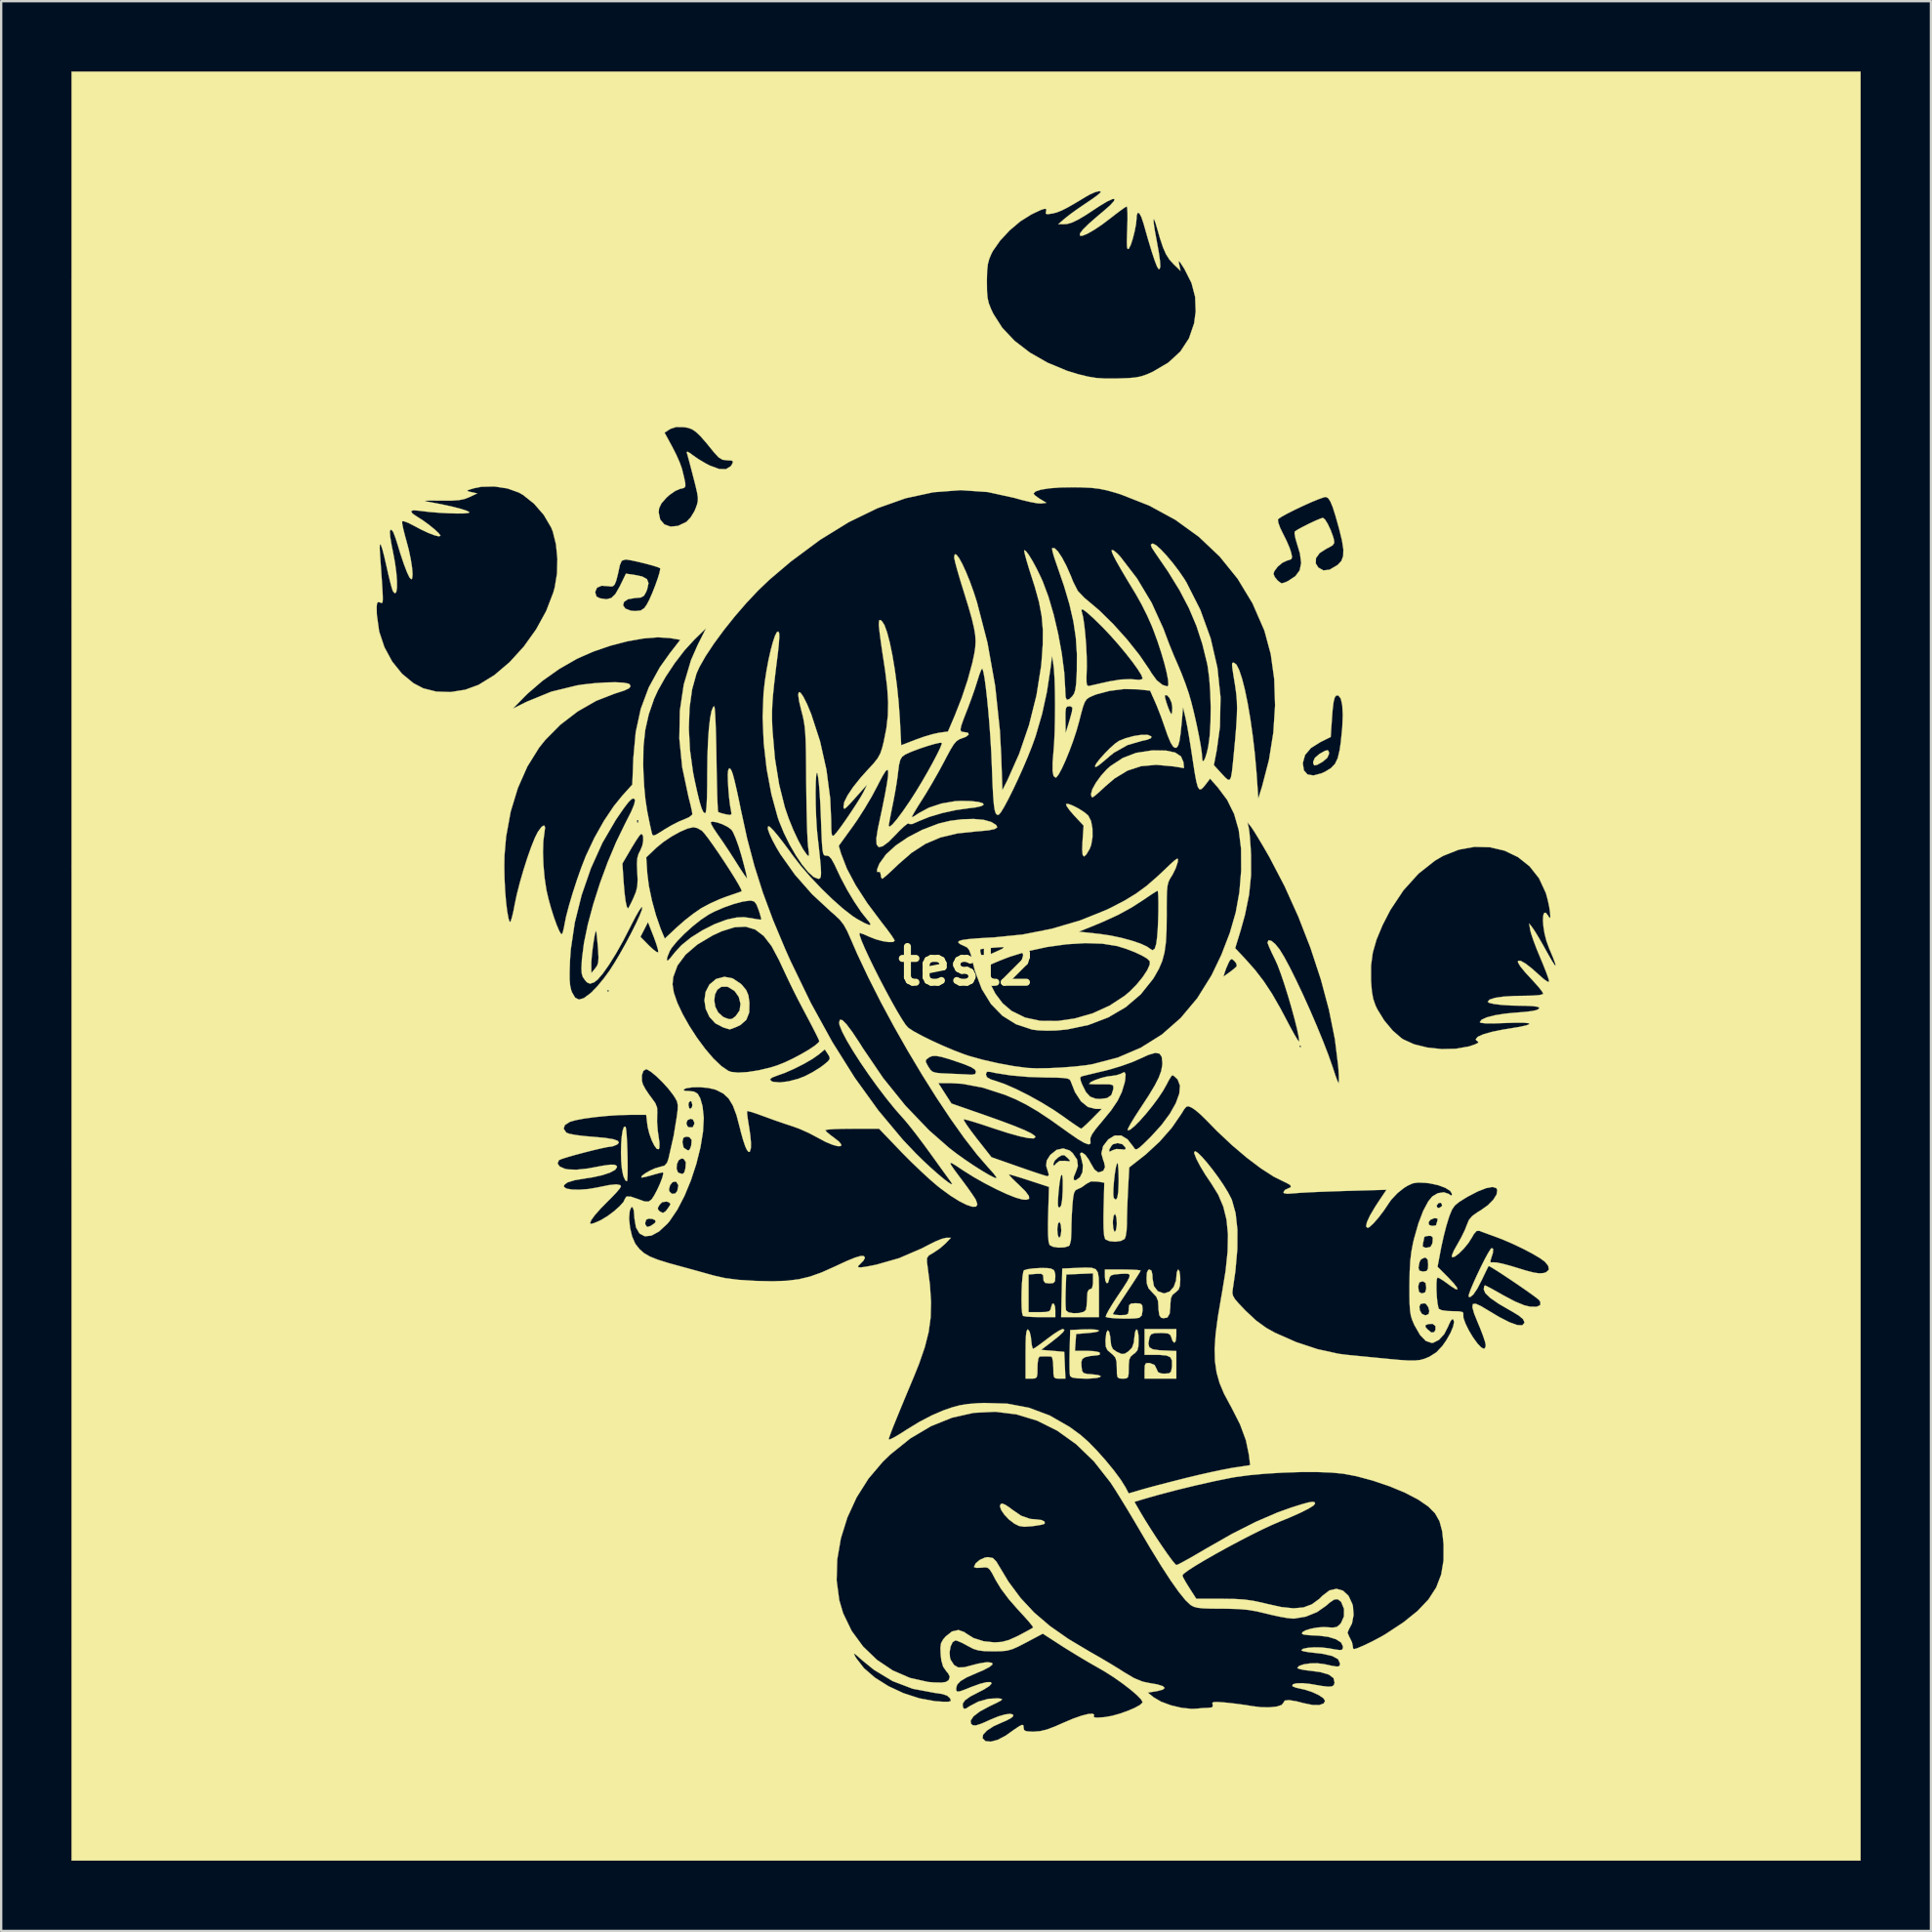
<source format=kicad_pcb>
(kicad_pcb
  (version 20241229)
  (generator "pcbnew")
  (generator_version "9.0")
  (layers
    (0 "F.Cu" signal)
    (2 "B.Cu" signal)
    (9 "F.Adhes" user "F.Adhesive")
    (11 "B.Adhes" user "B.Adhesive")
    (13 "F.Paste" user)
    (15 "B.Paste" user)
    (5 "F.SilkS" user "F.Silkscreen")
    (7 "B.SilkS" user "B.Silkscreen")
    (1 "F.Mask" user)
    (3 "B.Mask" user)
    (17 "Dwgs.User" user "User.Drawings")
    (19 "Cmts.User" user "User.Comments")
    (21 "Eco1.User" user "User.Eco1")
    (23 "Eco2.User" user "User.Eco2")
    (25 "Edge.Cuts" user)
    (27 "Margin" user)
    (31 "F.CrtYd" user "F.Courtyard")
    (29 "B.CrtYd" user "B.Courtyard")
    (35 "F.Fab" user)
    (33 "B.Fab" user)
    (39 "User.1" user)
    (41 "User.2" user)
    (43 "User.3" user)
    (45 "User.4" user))
  (footprint "test2"
    (layer "F.Cu")
    (at 38.19 38.19)
    (property "Reference" "test2" (at 0 0 0) (layer "F.SilkS") (effects (font (size 1.524 1.524) (thickness 0.3))))
    (attr through_hole)
    (fp_poly (pts (xy 15.489 -9.142) (xy 15.494 -9.058) (xy 15.42 -8.891) (xy 15.227 -8.725) (xy 15.219 -8.72) (xy 14.991 -8.592) (xy 14.869 -8.565) (xy 14.822 -8.638) (xy 14.817 -8.722) (xy 14.89 -8.889) (xy 15.084 -9.055) (xy 15.092 -9.06) (xy 15.32 -9.188) (xy 15.442 -9.215) (xy 15.489 -9.142)) (stroke (width 0.01) (type solid)) (fill yes) (layer "F.SilkS"))
    (fp_poly (pts (xy -14.536 6.86) (xy -14.512 6.965) (xy -14.49 7.198) (xy -14.472 7.52) (xy -14.458 7.893) (xy -14.449 8.279) (xy -14.447 8.64) (xy -14.451 8.937) (xy -14.464 9.131) (xy -14.48 9.187) (xy -14.546 9.145) (xy -14.621 8.983) (xy -14.642 8.913) (xy -14.693 8.649) (xy -14.722 8.321) (xy -14.732 7.963) (xy -14.724 7.607) (xy -14.7 7.285) (xy -14.661 7.03) (xy -14.609 6.874) (xy -14.547 6.851) (xy -14.536 6.86)) (stroke (width 0.01) (type solid)) (fill yes) (layer "F.SilkS"))
    (fp_poly (pts (xy 1.673 22.995) (xy 1.866 23.123) (xy 1.961 23.197) (xy 2.354 23.466) (xy 2.735 23.599) (xy 3.006 23.622) (xy 3.219 23.648) (xy 3.349 23.712) (xy 3.359 23.79) (xy 3.325 23.819) (xy 3.21 23.851) (xy 2.984 23.889) (xy 2.794 23.914) (xy 2.482 23.935) (xy 2.262 23.901) (xy 2.067 23.805) (xy 1.829 23.624) (xy 1.634 23.418) (xy 1.498 23.218) (xy 1.443 23.054) (xy 1.484 22.958) (xy 1.547 22.945) (xy 1.673 22.995)) (stroke (width 0.01) (type solid)) (fill yes) (layer "F.SilkS"))
    (fp_poly (pts (xy 4.372 -6.919) (xy 4.567 -6.845) (xy 4.802 -6.724) (xy 5.03 -6.58) (xy 5.203 -6.438) (xy 5.218 -6.422) (xy 5.334 -6.194) (xy 5.395 -5.868) (xy 5.397 -5.504) (xy 5.34 -5.166) (xy 5.275 -5) (xy 5.132 -4.761) (xy 5.033 -4.677) (xy 4.976 -4.751) (xy 4.958 -4.986) (xy 4.972 -5.321) (xy 5.018 -5.994) (xy 4.613 -6.427) (xy 4.421 -6.649) (xy 4.297 -6.824) (xy 4.265 -6.918) (xy 4.267 -6.92) (xy 4.372 -6.919)) (stroke (width 0.01) (type solid)) (fill yes) (layer "F.SilkS"))
    (fp_poly (pts (xy 7.769 -9.866) (xy 7.911 -9.802) (xy 7.895 -9.731) (xy 7.73 -9.661) (xy 7.52 -9.617) (xy 6.895 -9.436) (xy 6.319 -9.113) (xy 6.128 -8.961) (xy 5.835 -8.709) (xy 5.647 -8.56) (xy 5.543 -8.5) (xy 5.505 -8.516) (xy 5.503 -8.532) (xy 5.561 -8.651) (xy 5.711 -8.844) (xy 5.917 -9.074) (xy 6.144 -9.304) (xy 6.358 -9.495) (xy 6.522 -9.611) (xy 6.811 -9.727) (xy 7.154 -9.819) (xy 7.485 -9.871) (xy 7.737 -9.872) (xy 7.769 -9.866)) (stroke (width 0.01) (type solid)) (fill yes) (layer "F.SilkS"))
    (fp_poly (pts (xy 8.538 -9.198) (xy 8.928 -9.114) (xy 9.173 -8.951) (xy 9.278 -8.71) (xy 9.28 -8.692) (xy 9.303 -8.452) (xy 8.864 -8.523) (xy 8.122 -8.591) (xy 7.474 -8.534) (xy 6.889 -8.343) (xy 6.338 -8.008) (xy 5.938 -7.666) (xy 5.702 -7.447) (xy 5.512 -7.283) (xy 5.402 -7.201) (xy 5.39 -7.197) (xy 5.343 -7.267) (xy 5.334 -7.349) (xy 5.392 -7.555) (xy 5.544 -7.829) (xy 5.759 -8.124) (xy 6.005 -8.397) (xy 6.161 -8.536) (xy 6.692 -8.885) (xy 7.252 -9.1) (xy 7.894 -9.2) (xy 8.001 -9.206) (xy 8.538 -9.198)) (stroke (width 0.01) (type solid)) (fill yes) (layer "F.SilkS"))
    (fp_poly (pts (xy 0.754 -6.242) (xy 1.073 -6.152) (xy 1.096 -6.141) (xy 1.287 -6.019) (xy 1.331 -5.923) (xy 1.224 -5.85) (xy 0.96 -5.795) (xy 0.534 -5.755) (xy 0.459 -5.751) (xy -0.378 -5.662) (xy -1.097 -5.49) (xy -1.734 -5.219) (xy -2.327 -4.835) (xy -2.885 -4.349) (xy -3.154 -4.092) (xy -3.378 -3.887) (xy -3.532 -3.758) (xy -3.583 -3.725) (xy -3.629 -3.797) (xy -3.641 -3.9) (xy -3.673 -4.017) (xy -3.725 -4.022) (xy -3.799 -4.02) (xy -3.794 -4.138) (xy -3.711 -4.348) (xy -3.69 -4.388) (xy -3.417 -4.769) (xy -3.003 -5.146) (xy -2.477 -5.502) (xy -1.868 -5.817) (xy -1.203 -6.072) (xy -1.143 -6.091) (xy -0.671 -6.203) (xy -0.166 -6.266) (xy 0.325 -6.28) (xy 0.754 -6.242)) (stroke (width 0.01) (type solid)) (fill yes) (layer "F.SilkS"))
    (fp_poly (pts (xy 5.362 12.879) (xy 5.532 12.939) (xy 5.626 13.076) (xy 5.665 13.314) (xy 5.673 13.681) (xy 5.673 13.972) (xy 5.673 14.986) (xy 4.059 14.986) (xy 4.076 14.22) (xy 4.244 14.22) (xy 4.249 14.502) (xy 4.263 14.678) (xy 4.269 14.704) (xy 4.379 14.784) (xy 4.586 14.819) (xy 4.822 14.811) (xy 5.021 14.761) (xy 5.113 14.683) (xy 5.145 14.518) (xy 5.163 14.266) (xy 5.165 14.175) (xy 5.182 13.926) (xy 5.24 13.814) (xy 5.292 13.801) (xy 5.38 13.745) (xy 5.416 13.562) (xy 5.419 13.458) (xy 5.419 13.116) (xy 4.276 13.166) (xy 4.251 13.878) (xy 4.244 14.22) (xy 4.076 14.22) (xy 4.083 13.949) (xy 4.106 12.912) (xy 4.697 12.886) (xy 5.091 12.87) (xy 5.362 12.879)) (stroke (width 0.01) (type solid)) (fill yes) (layer "F.SilkS"))
    (fp_poly (pts (xy 5.558 15.523) (xy 5.669 15.555) (xy 5.647 15.595) (xy 5.478 15.635) (xy 5.249 15.66) (xy 4.699 15.706) (xy 4.673 16.066) (xy 4.647 16.425) (xy 5.155 16.425) (xy 5.433 16.438) (xy 5.639 16.472) (xy 5.715 16.51) (xy 5.7 16.592) (xy 5.656 16.605) (xy 5.296 16.646) (xy 5.073 16.697) (xy 4.959 16.777) (xy 4.921 16.907) (xy 4.927 17.081) (xy 4.951 17.273) (xy 5.013 17.37) (xy 5.161 17.41) (xy 5.355 17.425) (xy 5.629 17.457) (xy 5.747 17.5) (xy 5.72 17.546) (xy 5.56 17.585) (xy 5.279 17.608) (xy 5.12 17.611) (xy 4.748 17.599) (xy 4.526 17.562) (xy 4.439 17.499) (xy 4.424 17.373) (xy 4.416 17.117) (xy 4.415 16.772) (xy 4.421 16.462) (xy 4.445 15.536) (xy 4.986 15.511) (xy 5.326 15.506) (xy 5.558 15.523)) (stroke (width 0.01) (type solid)) (fill yes) (layer "F.SilkS"))
    (fp_poly (pts (xy 9.108 13.03) (xy 9.138 13.225) (xy 9.144 13.375) (xy 9.13 13.646) (xy 9.073 13.809) (xy 8.949 13.924) (xy 8.932 13.935) (xy 8.805 14.044) (xy 8.741 14.191) (xy 8.721 14.434) (xy 8.721 14.52) (xy 8.691 14.835) (xy 8.596 15.002) (xy 8.424 15.034) (xy 8.319 15.007) (xy 8.249 14.901) (xy 8.215 14.663) (xy 8.213 14.57) (xy 8.194 14.295) (xy 8.117 14.108) (xy 7.959 13.941) (xy 7.79 13.757) (xy 7.717 13.556) (xy 7.705 13.334) (xy 7.721 13.083) (xy 7.778 12.969) (xy 7.832 12.954) (xy 7.916 13.004) (xy 7.954 13.176) (xy 7.959 13.33) (xy 8.018 13.659) (xy 8.182 13.879) (xy 8.436 13.969) (xy 8.47 13.97) (xy 8.69 13.893) (xy 8.867 13.692) (xy 8.965 13.414) (xy 8.975 13.289) (xy 8.994 13.079) (xy 9.041 12.962) (xy 9.059 12.954) (xy 9.108 13.03)) (stroke (width 0.01) (type solid)) (fill yes) (layer "F.SilkS"))
    (fp_poly (pts (xy 3.469 12.893) (xy 3.619 12.912) (xy 3.753 12.981) (xy 3.805 13.134) (xy 3.81 13.252) (xy 3.796 13.45) (xy 3.723 13.531) (xy 3.556 13.547) (xy 3.375 13.524) (xy 3.308 13.427) (xy 3.302 13.33) (xy 3.285 13.189) (xy 3.203 13.135) (xy 3.006 13.138) (xy 2.985 13.139) (xy 2.667 13.166) (xy 2.667 14.774) (xy 3.133 14.774) (xy 3.403 14.767) (xy 3.547 14.734) (xy 3.609 14.659) (xy 3.625 14.584) (xy 3.676 14.421) (xy 3.742 14.407) (xy 3.795 14.525) (xy 3.81 14.69) (xy 3.81 14.986) (xy 3.147 14.986) (xy 2.826 14.979) (xy 2.575 14.961) (xy 2.438 14.936) (xy 2.427 14.93) (xy 2.393 14.813) (xy 2.373 14.574) (xy 2.366 14.256) (xy 2.37 13.902) (xy 2.385 13.555) (xy 2.41 13.257) (xy 2.443 13.052) (xy 2.473 12.985) (xy 2.631 12.939) (xy 2.893 12.905) (xy 3.194 12.888) (xy 3.469 12.893)) (stroke (width 0.01) (type solid)) (fill yes) (layer "F.SilkS"))
    (fp_poly (pts (xy 8.975 15.79) (xy 8.949 16.007) (xy 8.888 16.08) (xy 8.813 16) (xy 8.771 15.875) (xy 8.72 15.748) (xy 8.621 15.685) (xy 8.422 15.665) (xy 8.297 15.663) (xy 8.042 15.673) (xy 7.907 15.715) (xy 7.842 15.812) (xy 7.826 15.868) (xy 7.783 16.117) (xy 7.823 16.273) (xy 7.971 16.359) (xy 8.254 16.4) (xy 8.404 16.408) (xy 8.975 16.433) (xy 8.975 17.611) (xy 7.62 17.611) (xy 7.62 17.266) (xy 7.629 17.048) (xy 7.677 16.955) (xy 7.796 16.943) (xy 7.849 16.949) (xy 8.047 17.027) (xy 8.128 17.187) (xy 8.194 17.335) (xy 8.334 17.392) (xy 8.47 17.399) (xy 8.661 17.386) (xy 8.749 17.316) (xy 8.784 17.138) (xy 8.79 17.069) (xy 8.789 16.839) (xy 8.72 16.698) (xy 8.554 16.625) (xy 8.261 16.598) (xy 8.107 16.596) (xy 7.62 16.595) (xy 7.62 15.494) (xy 8.975 15.494) (xy 8.975 15.79)) (stroke (width 0.01) (type solid)) (fill yes) (layer "F.SilkS"))
    (fp_poly (pts (xy 7.32 15.552) (xy 7.357 15.745) (xy 7.366 15.958) (xy 7.355 16.239) (xy 7.31 16.409) (xy 7.21 16.521) (xy 7.154 16.56) (xy 7.028 16.667) (xy 6.964 16.811) (xy 6.944 17.048) (xy 6.943 17.155) (xy 6.938 17.417) (xy 6.909 17.553) (xy 6.832 17.603) (xy 6.689 17.611) (xy 6.542 17.602) (xy 6.466 17.549) (xy 6.439 17.409) (xy 6.435 17.161) (xy 6.423 16.884) (xy 6.373 16.713) (xy 6.259 16.584) (xy 6.187 16.528) (xy 6.033 16.392) (xy 5.964 16.242) (xy 5.952 16.008) (xy 5.954 15.94) (xy 5.986 15.663) (xy 6.042 15.55) (xy 6.104 15.601) (xy 6.153 15.816) (xy 6.164 15.939) (xy 6.195 16.197) (xy 6.267 16.349) (xy 6.414 16.456) (xy 6.451 16.476) (xy 6.64 16.559) (xy 6.773 16.549) (xy 6.933 16.446) (xy 7.085 16.29) (xy 7.16 16.075) (xy 7.18 15.888) (xy 7.216 15.617) (xy 7.268 15.507) (xy 7.32 15.552)) (stroke (width 0.01) (type solid)) (fill yes) (layer "F.SilkS"))
    (fp_poly (pts (xy -9.961 0.527) (xy -9.62 0.753) (xy -9.562 0.809) (xy -9.386 1.024) (xy -9.292 1.249) (xy -9.247 1.563) (xy -9.258 1.985) (xy -9.381 2.294) (xy -9.629 2.514) (xy -9.783 2.589) (xy -9.976 2.666) (xy -10.087 2.702) (xy -10.094 2.702) (xy -10.183 2.675) (xy -10.36 2.622) (xy -10.703 2.445) (xy -10.956 2.169) (xy -11.113 1.829) (xy -11.168 1.472) (xy -10.749 1.472) (xy -10.703 1.74) (xy -10.58 1.982) (xy -10.377 2.164) (xy -10.299 2.202) (xy -10.111 2.267) (xy -9.99 2.253) (xy -9.846 2.146) (xy -9.836 2.138) (xy -9.668 1.897) (xy -9.629 1.608) (xy -9.704 1.315) (xy -9.881 1.064) (xy -10.146 0.899) (xy -10.208 0.88) (xy -10.447 0.884) (xy -10.618 1.008) (xy -10.72 1.216) (xy -10.749 1.472) (xy -11.168 1.472) (xy -11.169 1.462) (xy -11.119 1.104) (xy -10.957 0.79) (xy -10.678 0.555) (xy -10.664 0.548) (xy -10.316 0.457) (xy -9.961 0.527)) (stroke (width 0.01) (type solid)) (fill yes) (layer "F.SilkS"))
    (fp_poly (pts (xy 4.198 15.525) (xy 4.145 15.623) (xy 3.962 15.796) (xy 3.642 16.051) (xy 3.627 16.062) (xy 3.205 16.383) (xy 3.698 16.425) (xy 4.191 16.468) (xy 4.241 17.611) (xy 3.983 17.611) (xy 3.836 17.603) (xy 3.759 17.553) (xy 3.73 17.418) (xy 3.725 17.157) (xy 3.725 17.145) (xy 3.711 16.888) (xy 3.675 16.715) (xy 3.641 16.67) (xy 3.49 16.662) (xy 3.387 16.661) (xy 3.204 16.665) (xy 3.133 16.67) (xy 3.086 16.752) (xy 3.055 16.954) (xy 3.048 17.145) (xy 3.044 17.411) (xy 3.016 17.55) (xy 2.941 17.602) (xy 2.798 17.611) (xy 2.794 17.611) (xy 2.54 17.611) (xy 2.54 16.545) (xy 2.544 16.084) (xy 2.557 15.772) (xy 2.582 15.589) (xy 2.621 15.516) (xy 2.646 15.515) (xy 2.715 15.614) (xy 2.765 15.826) (xy 2.777 15.945) (xy 2.804 16.177) (xy 2.842 16.318) (xy 2.862 16.339) (xy 2.952 16.289) (xy 3.138 16.159) (xy 3.385 15.974) (xy 3.46 15.916) (xy 3.728 15.718) (xy 3.957 15.57) (xy 4.107 15.497) (xy 4.127 15.494) (xy 4.198 15.525)) (stroke (width 0.01) (type solid)) (fill yes) (layer "F.SilkS"))
    (fp_poly (pts (xy 7.024 12.959) (xy 7.284 12.971) (xy 7.431 12.989) (xy 7.451 12.999) (xy 7.406 13.083) (xy 7.285 13.278) (xy 7.104 13.557) (xy 6.882 13.891) (xy 6.858 13.928) (xy 6.633 14.266) (xy 6.448 14.552) (xy 6.319 14.757) (xy 6.266 14.854) (xy 6.265 14.856) (xy 6.341 14.884) (xy 6.528 14.9) (xy 6.604 14.901) (xy 6.821 14.891) (xy 6.918 14.837) (xy 6.942 14.702) (xy 6.943 14.647) (xy 6.959 14.477) (xy 7.043 14.407) (xy 7.239 14.393) (xy 7.438 14.407) (xy 7.519 14.48) (xy 7.535 14.665) (xy 7.535 14.684) (xy 7.501 14.914) (xy 7.391 15.014) (xy 7.387 15.015) (xy 7.211 15.039) (xy 6.944 15.05) (xy 6.638 15.047) (xy 6.34 15.034) (xy 6.101 15.012) (xy 5.971 14.981) (xy 5.961 14.973) (xy 5.989 14.88) (xy 6.095 14.679) (xy 6.263 14.402) (xy 6.434 14.14) (xy 6.703 13.739) (xy 6.881 13.459) (xy 6.973 13.279) (xy 6.982 13.178) (xy 6.911 13.136) (xy 6.763 13.131) (xy 6.594 13.14) (xy 6.326 13.164) (xy 6.184 13.21) (xy 6.123 13.297) (xy 6.111 13.356) (xy 6.06 13.519) (xy 5.995 13.533) (xy 5.942 13.415) (xy 5.927 13.25) (xy 5.927 12.954) (xy 6.689 12.954) (xy 7.024 12.959)) (stroke (width 0.01) (type solid)) (fill yes) (layer "F.SilkS"))
    (fp_poly (pts (xy 9.045 -4.573) (xy 9.043 -4.493) (xy 9.032 -4.426) (xy 8.95 -4.178) (xy 8.813 -3.901) (xy 8.77 -3.833) (xy 8.691 -3.704) (xy 8.635 -3.577) (xy 8.598 -3.422) (xy 8.576 -3.207) (xy 8.566 -2.901) (xy 8.564 -2.474) (xy 8.565 -2.19) (xy 8.558 -1.532) (xy 8.529 -1.007) (xy 8.47 -0.58) (xy 8.373 -0.216) (xy 8.23 0.12) (xy 8.034 0.464) (xy 7.975 0.557) (xy 7.457 1.206) (xy 6.813 1.755) (xy 6.063 2.194) (xy 5.223 2.514) (xy 4.312 2.706) (xy 3.829 2.751) (xy 3.455 2.758) (xy 3.094 2.744) (xy 2.823 2.712) (xy 2.817 2.71) (xy 2.136 2.485) (xy 1.551 2.121) (xy 1.062 1.618) (xy 0.671 0.98) (xy 0.379 0.208) (xy 0.371 0.174) (xy 0.82 0.174) (xy 0.845 0.333) (xy 0.933 0.551) (xy 0.97 0.634) (xy 1.25 1.177) (xy 1.559 1.587) (xy 1.925 1.9) (xy 1.959 1.923) (xy 2.52 2.198) (xy 3.168 2.338) (xy 3.909 2.343) (xy 4.639 2.237) (xy 5.405 2.017) (xy 6.133 1.685) (xy 6.771 1.267) (xy 6.981 1.09) (xy 7.282 0.785) (xy 7.54 0.47) (xy 7.733 0.177) (xy 7.84 -0.063) (xy 7.846 -0.204) (xy 7.737 -0.314) (xy 7.505 -0.452) (xy 7.189 -0.599) (xy 6.83 -0.737) (xy 6.468 -0.849) (xy 6.435 -0.857) (xy 5.816 -0.956) (xy 5.087 -0.979) (xy 4.289 -0.93) (xy 3.46 -0.815) (xy 2.641 -0.637) (xy 1.871 -0.4) (xy 1.726 -0.346) (xy 1.311 -0.184) (xy 1.034 -0.059) (xy 0.876 0.052) (xy 0.82 0.174) (xy 0.371 0.174) (xy 0.288 -0.152) (xy 0.209 -0.478) (xy 0.156 -0.625) (xy 0.605 -0.625) (xy 0.631 -0.521) (xy 0.668 -0.432) (xy 0.73 -0.401) (xy 0.857 -0.433) (xy 1.089 -0.53) (xy 1.168 -0.564) (xy 1.424 -0.68) (xy 1.61 -0.767) (xy 1.679 -0.805) (xy 1.62 -0.812) (xy 1.444 -0.805) (xy 1.205 -0.788) (xy 0.952 -0.765) (xy 0.739 -0.741) (xy 0.617 -0.719) (xy 0.606 -0.715) (xy 0.605 -0.625) (xy 0.156 -0.625) (xy 0.138 -0.676) (xy 0.053 -0.788) (xy -0.069 -0.853) (xy -0.095 -0.863) (xy -0.266 -0.944) (xy -0.339 -1.02) (xy -0.339 -1.02) (xy -0.296 -1.071) (xy -0.157 -1.114) (xy 0.095 -1.15) (xy 0.478 -1.183) (xy 1.008 -1.215) (xy 1.185 -1.223) (xy 2.414 -1.347) (xy 3.029 -1.468) (xy 4.816 -1.468) (xy 5.701 -1.372) (xy 6.157 -1.305) (xy 6.627 -1.206) (xy 7.071 -1.086) (xy 7.449 -0.958) (xy 7.724 -0.832) (xy 7.827 -0.758) (xy 7.956 -0.676) (xy 8.05 -0.735) (xy 8.117 -0.942) (xy 8.157 -1.249) (xy 8.182 -1.575) (xy 8.199 -1.947) (xy 8.209 -2.33) (xy 8.211 -2.685) (xy 8.205 -2.975) (xy 8.192 -3.164) (xy 8.174 -3.217) (xy 8.092 -3.172) (xy 7.907 -3.054) (xy 7.658 -2.885) (xy 7.603 -2.847) (xy 7.068 -2.502) (xy 6.499 -2.191) (xy 5.843 -1.889) (xy 5.477 -1.737) (xy 4.816 -1.468) (xy 3.029 -1.468) (xy 3.658 -1.593) (xy 4.867 -1.948) (xy 5.989 -2.399) (xy 6.193 -2.497) (xy 6.778 -2.802) (xy 7.263 -3.098) (xy 7.707 -3.425) (xy 8.168 -3.826) (xy 8.415 -4.058) (xy 8.706 -4.335) (xy 8.895 -4.506) (xy 9.002 -4.581) (xy 9.045 -4.573)) (stroke (width 0.01) (type solid)) (fill yes) (layer "F.SilkS"))
    (fp_poly (pts (xy 38.185 38.185) (xy -38.185 38.185) (xy -38.185 29.359) (xy -4.787 29.359) (xy -4.74 29.456) (xy -4.694 29.537) (xy -4.359 29.971) (xy -3.888 30.378) (xy -3.315 30.739) (xy -2.673 31.038) (xy -1.996 31.258) (xy -1.317 31.382) (xy -0.994 31.403) (xy -0.756 31.403) (xy -0.654 31.378) (xy -0.657 31.311) (xy -0.694 31.247) (xy -0.807 31.144) (xy -1.014 31.074) (xy -1.351 31.024) (xy -2.278 30.85) (xy -3.134 30.524) (xy -3.93 30.043) (xy -4.412 29.653) (xy -4.64 29.45) (xy -4.76 29.355) (xy -4.787 29.359) (xy -38.185 29.359) (xy -38.185 26.221) (xy -5.526 26.221) (xy -5.414 27.066) (xy -5.248 27.628) (xy -4.884 28.38) (xy -4.395 29.048) (xy -3.804 29.616) (xy -3.131 30.068) (xy -2.396 30.387) (xy -1.621 30.56) (xy -1.362 30.581) (xy -1.05 30.587) (xy -0.862 30.56) (xy -0.757 30.493) (xy -0.734 30.463) (xy -0.694 30.334) (xy -0.767 30.19) (xy -0.844 30.102) (xy -0.98 29.905) (xy -1.056 29.64) (xy -1.084 29.39) (xy -1.088 29.286) (xy -0.703 29.286) (xy -0.687 29.522) (xy -0.654 29.62) (xy -0.511 29.839) (xy -0.334 29.94) (xy -0.083 29.934) (xy 0.192 29.862) (xy 0.504 29.78) (xy 0.798 29.728) (xy 0.928 29.718) (xy 1.107 29.742) (xy 1.129 29.811) (xy 1.001 29.919) (xy 0.728 30.062) (xy 0.44 30.184) (xy 0.026 30.365) (xy -0.242 30.526) (xy -0.385 30.682) (xy -0.423 30.832) (xy -0.415 30.931) (xy -0.368 30.973) (xy -0.251 30.956) (xy -0.034 30.878) (xy 0.212 30.778) (xy 0.598 30.638) (xy 0.88 30.569) (xy 1.049 30.566) (xy 1.092 30.622) (xy 0.998 30.73) (xy 0.756 30.884) (xy 0.562 30.983) (xy 0.186 31.178) (xy -0.043 31.34) (xy -0.145 31.486) (xy -0.137 31.628) (xy -0.085 31.707) (xy 0.007 31.689) (xy 0.148 31.596) (xy 0.522 31.4) (xy 0.953 31.28) (xy 1.353 31.259) (xy 1.355 31.259) (xy 1.492 31.277) (xy 1.54 31.305) (xy 1.483 31.358) (xy 1.305 31.452) (xy 1.002 31.597) (xy 0.588 31.82) (xy 0.316 32.028) (xy 0.194 32.214) (xy 0.213 32.344) (xy 0.293 32.411) (xy 0.431 32.412) (xy 0.656 32.339) (xy 0.997 32.189) (xy 1.03 32.173) (xy 1.369 32.033) (xy 1.665 31.947) (xy 1.887 31.919) (xy 2.006 31.955) (xy 2.013 32.017) (xy 1.921 32.101) (xy 1.72 32.208) (xy 1.557 32.277) (xy 1.174 32.45) (xy 0.889 32.635) (xy 0.725 32.813) (xy 0.703 32.964) (xy 0.83 33.087) (xy 1.056 33.108) (xy 1.346 33.032) (xy 1.668 32.864) (xy 1.748 32.81) (xy 2.065 32.585) (xy 2.27 32.449) (xy 2.387 32.393) (xy 2.44 32.405) (xy 2.455 32.476) (xy 2.455 32.509) (xy 2.476 32.611) (xy 2.566 32.663) (xy 2.767 32.68) (xy 2.891 32.681) (xy 3.153 32.661) (xy 3.438 32.593) (xy 3.79 32.462) (xy 4.158 32.3) (xy 4.571 32.125) (xy 4.932 31.999) (xy 5.217 31.927) (xy 5.404 31.915) (xy 5.471 31.966) (xy 5.453 32.017) (xy 5.465 32.068) (xy 5.599 32.083) (xy 5.877 32.065) (xy 5.932 32.059) (xy 6.229 32.006) (xy 6.567 31.912) (xy 6.905 31.792) (xy 7.205 31.663) (xy 7.427 31.54) (xy 7.532 31.438) (xy 7.535 31.421) (xy 7.468 31.299) (xy 7.283 31.111) (xy 7.008 30.877) (xy 6.672 30.619) (xy 6.3 30.358) (xy 5.92 30.116) (xy 5.692 29.984) (xy 5.24 29.726) (xy 4.732 29.423) (xy 4.251 29.127) (xy 4.072 29.013) (xy 3.276 28.498) (xy 2.565 28.875) (xy 2.22 29.053) (xy 1.964 29.164) (xy 1.738 29.224) (xy 1.483 29.248) (xy 1.16 29.252) (xy 0.788 29.245) (xy 0.524 29.213) (xy 0.31 29.146) (xy 0.085 29.029) (xy 0.07 29.02) (xy -0.177 28.888) (xy -0.378 28.804) (xy -0.456 28.787) (xy -0.574 28.861) (xy -0.661 29.047) (xy -0.703 29.286) (xy -1.088 29.286) (xy -1.096 29.097) (xy -1.068 28.905) (xy -0.981 28.747) (xy -0.872 28.619) (xy -0.602 28.405) (xy -0.325 28.342) (xy -0.066 28.435) (xy -0.015 28.477) (xy 0.318 28.685) (xy 0.754 28.823) (xy 1.219 28.871) (xy 1.53 28.849) (xy 1.824 28.77) (xy 2.173 28.614) (xy 2.254 28.573) (xy 2.532 28.425) (xy 2.747 28.308) (xy 2.858 28.241) (xy 2.864 28.237) (xy 2.825 28.164) (xy 2.689 27.996) (xy 2.478 27.757) (xy 2.227 27.486) (xy 1.826 27.029) (xy 1.489 26.58) (xy 1.263 26.207) (xy 1.113 25.92) (xy 1.006 25.754) (xy 0.908 25.679) (xy 0.784 25.668) (xy 0.656 25.682) (xy 0.453 25.69) (xy 0.344 25.66) (xy 0.339 25.646) (xy 0.411 25.493) (xy 0.589 25.346) (xy 0.811 25.248) (xy 0.935 25.231) (xy 1.145 25.271) (xy 1.295 25.421) (xy 1.337 25.494) (xy 1.813 26.284) (xy 2.328 26.977) (xy 2.908 27.598) (xy 3.579 28.172) (xy 4.367 28.723) (xy 5.274 29.264) (xy 5.698 29.506) (xy 6.143 29.769) (xy 6.544 30.014) (xy 6.746 30.144) (xy 7.176 30.398) (xy 7.539 30.546) (xy 7.784 30.598) (xy 8.165 30.664) (xy 8.398 30.738) (xy 8.478 30.814) (xy 8.4 30.886) (xy 8.16 30.95) (xy 8.113 30.958) (xy 7.76 31.014) (xy 8.007 31.215) (xy 8.322 31.4) (xy 8.741 31.556) (xy 9.199 31.664) (xy 9.632 31.709) (xy 9.853 31.698) (xy 10.133 31.673) (xy 10.337 31.665) (xy 10.504 31.645) (xy 10.537 31.567) (xy 10.524 31.525) (xy 10.513 31.455) (xy 10.569 31.419) (xy 10.722 31.414) (xy 11.005 31.434) (xy 11.098 31.442) (xy 11.504 31.487) (xy 11.932 31.545) (xy 12.24 31.595) (xy 12.611 31.64) (xy 12.964 31.643) (xy 13.263 31.61) (xy 13.47 31.543) (xy 13.547 31.448) (xy 13.604 31.356) (xy 13.783 31.334) (xy 14.095 31.384) (xy 14.405 31.464) (xy 14.783 31.541) (xy 15.079 31.545) (xy 15.268 31.477) (xy 15.325 31.363) (xy 15.249 31.249) (xy 15.052 31.118) (xy 14.776 30.991) (xy 14.465 30.889) (xy 14.286 30.85) (xy 14.069 30.8) (xy 13.938 30.744) (xy 13.926 30.732) (xy 13.95 30.659) (xy 14.106 30.618) (xy 14.36 30.612) (xy 14.678 30.643) (xy 14.781 30.661) (xy 15.186 30.73) (xy 15.454 30.761) (xy 15.615 30.75) (xy 15.698 30.696) (xy 15.731 30.596) (xy 15.732 30.591) (xy 15.687 30.396) (xy 15.486 30.246) (xy 15.128 30.14) (xy 14.75 30.089) (xy 14.454 30.053) (xy 14.236 30.009) (xy 14.141 29.968) (xy 14.139 29.963) (xy 14.216 29.876) (xy 14.415 29.808) (xy 14.689 29.768) (xy 14.991 29.762) (xy 15.276 29.797) (xy 15.278 29.797) (xy 15.612 29.869) (xy 15.814 29.902) (xy 15.917 29.893) (xy 15.955 29.84) (xy 15.96 29.761) (xy 15.878 29.586) (xy 15.632 29.451) (xy 15.223 29.357) (xy 14.901 29.32) (xy 14.609 29.287) (xy 14.397 29.248) (xy 14.309 29.21) (xy 14.309 29.207) (xy 14.385 29.145) (xy 14.585 29.102) (xy 14.862 29.082) (xy 15.171 29.087) (xy 15.467 29.12) (xy 15.484 29.123) (xy 15.795 29.18) (xy 15.975 29.2) (xy 16.059 29.178) (xy 16.085 29.109) (xy 16.087 29.036) (xy 16.007 28.873) (xy 15.788 28.735) (xy 15.457 28.634) (xy 15.045 28.582) (xy 14.926 28.577) (xy 14.641 28.564) (xy 14.43 28.539) (xy 14.345 28.512) (xy 14.353 28.438) (xy 14.489 28.359) (xy 14.711 28.289) (xy 14.979 28.238) (xy 15.252 28.217) (xy 15.387 28.223) (xy 15.656 28.24) (xy 15.819 28.213) (xy 15.939 28.122) (xy 16.008 28.04) (xy 16.131 27.761) (xy 16.133 27.44) (xy 16.017 27.155) (xy 15.996 27.128) (xy 15.866 27.027) (xy 15.716 27.041) (xy 15.513 27.179) (xy 15.383 27.296) (xy 14.985 27.575) (xy 14.502 27.771) (xy 14.01 27.854) (xy 13.956 27.855) (xy 13.732 27.834) (xy 13.401 27.776) (xy 13.017 27.693) (xy 12.819 27.644) (xy 12.405 27.546) (xy 12.029 27.482) (xy 11.63 27.447) (xy 11.147 27.433) (xy 10.905 27.432) (xy 10.437 27.429) (xy 10.106 27.417) (xy 9.878 27.391) (xy 9.72 27.349) (xy 9.6 27.285) (xy 9.579 27.271) (xy 9.363 27.066) (xy 9.078 26.714) (xy 8.729 26.22) (xy 8.318 25.588) (xy 7.85 24.824) (xy 7.491 24.215) (xy 7.189 23.703) (xy 6.887 23.198) (xy 6.687 22.87) (xy 7.187 22.87) (xy 7.415 23.267) (xy 7.623 23.616) (xy 7.863 24) (xy 8.117 24.393) (xy 8.368 24.768) (xy 8.598 25.099) (xy 8.789 25.36) (xy 8.924 25.525) (xy 8.978 25.569) (xy 9.079 25.528) (xy 9.297 25.413) (xy 9.607 25.241) (xy 9.981 25.024) (xy 10.229 24.878) (xy 11.345 24.242) (xy 12.363 23.726) (xy 13.294 23.325) (xy 13.872 23.118) (xy 14.304 22.981) (xy 14.6 22.899) (xy 14.783 22.868) (xy 14.876 22.885) (xy 14.901 22.943) (xy 14.824 23.035) (xy 14.601 23.172) (xy 14.25 23.347) (xy 13.786 23.552) (xy 13.42 23.701) (xy 13.057 23.857) (xy 12.623 24.06) (xy 12.141 24.3) (xy 11.632 24.563) (xy 11.12 24.837) (xy 10.627 25.11) (xy 10.175 25.369) (xy 9.787 25.601) (xy 9.485 25.795) (xy 9.293 25.938) (xy 9.232 26.012) (xy 9.273 26.11) (xy 9.382 26.306) (xy 9.528 26.541) (xy 9.827 27.009) (xy 10.915 27.009) (xy 11.451 27.016) (xy 11.88 27.042) (xy 12.262 27.095) (xy 12.659 27.18) (xy 12.819 27.22) (xy 13.459 27.362) (xy 13.979 27.416) (xy 14.405 27.378) (xy 14.764 27.244) (xy 15.082 27.011) (xy 15.215 26.878) (xy 15.511 26.652) (xy 15.812 26.583) (xy 16.092 26.663) (xy 16.327 26.883) (xy 16.491 27.236) (xy 16.515 27.327) (xy 16.542 27.7) (xy 16.474 28.062) (xy 16.334 28.329) (xy 16.285 28.456) (xy 16.353 28.625) (xy 16.373 28.656) (xy 16.475 28.869) (xy 16.51 29.037) (xy 16.518 29.127) (xy 16.566 29.157) (xy 16.688 29.124) (xy 16.922 29.025) (xy 16.991 28.995) (xy 17.346 28.825) (xy 17.721 28.625) (xy 17.901 28.521) (xy 18.665 28.018) (xy 19.273 27.529) (xy 19.738 27.038) (xy 20.07 26.526) (xy 20.281 25.975) (xy 20.382 25.37) (xy 20.384 24.691) (xy 20.383 24.678) (xy 20.325 24.126) (xy 20.211 23.7) (xy 20.02 23.361) (xy 19.729 23.069) (xy 19.315 22.784) (xy 19.285 22.766) (xy 18.738 22.481) (xy 18.079 22.207) (xy 17.367 21.966) (xy 16.66 21.776) (xy 16.099 21.67) (xy 15.597 21.622) (xy 14.971 21.599) (xy 14.264 21.601) (xy 13.518 21.625) (xy 12.777 21.67) (xy 12.083 21.734) (xy 11.48 21.816) (xy 11.345 21.839) (xy 10.617 21.986) (xy 9.799 22.17) (xy 8.962 22.374) (xy 8.176 22.582) (xy 7.763 22.7) (xy 7.187 22.87) (xy 6.687 22.87) (xy 6.603 22.733) (xy 6.36 22.344) (xy 6.177 22.063) (xy 6.159 22.037) (xy 5.462 21.148) (xy 4.702 20.413) (xy 3.89 19.832) (xy 3.036 19.406) (xy 2.151 19.137) (xy 1.245 19.025) (xy 0.328 19.071) (xy -0.59 19.276) (xy -1.497 19.641) (xy -2.383 20.166) (xy -3.239 20.854) (xy -3.556 21.161) (xy -4.166 21.88) (xy -4.673 22.682) (xy -5.068 23.541) (xy -5.346 24.434) (xy -5.501 25.336) (xy -5.526 26.221) (xy -38.185 26.221) (xy -38.185 8.427) (xy -17.439 8.427) (xy -17.348 8.556) (xy -17.126 8.653) (xy -16.986 8.681) (xy -16.627 8.693) (xy -16.166 8.644) (xy -15.936 8.602) (xy -15.492 8.519) (xy -15.19 8.478) (xy -15.006 8.48) (xy -14.918 8.525) (xy -14.901 8.584) (xy -14.981 8.699) (xy -15.201 8.817) (xy -15.532 8.927) (xy -15.946 9.018) (xy -16.226 9.061) (xy -16.704 9.14) (xy -17.015 9.235) (xy -17.159 9.347) (xy -17.165 9.425) (xy -17.058 9.499) (xy -16.825 9.539) (xy -16.504 9.546) (xy -16.134 9.518) (xy -15.754 9.454) (xy -15.71 9.444) (xy -15.243 9.35) (xy -14.929 9.318) (xy -14.763 9.35) (xy -14.732 9.405) (xy -14.789 9.502) (xy -14.942 9.682) (xy -15.163 9.913) (xy -15.271 10.019) (xy -15.601 10.354) (xy -15.849 10.635) (xy -16.003 10.848) (xy -16.05 10.976) (xy -16.008 11.007) (xy -15.878 10.971) (xy -15.665 10.88) (xy -15.571 10.834) (xy -15.467 10.771) (xy -14.385 10.771) (xy -14.347 11.158) (xy -14.257 11.54) (xy -14.128 11.839) (xy -14.113 11.862) (xy -13.943 12.08) (xy -13.746 12.254) (xy -13.491 12.402) (xy -13.146 12.539) (xy -12.679 12.684) (xy -12.432 12.752) (xy -11.959 12.881) (xy -11.475 13.014) (xy -11.041 13.135) (xy -10.753 13.215) (xy -10.284 13.32) (xy -9.721 13.393) (xy -9.029 13.436) (xy -8.975 13.439) (xy -8.255 13.454) (xy -7.658 13.433) (xy -7.14 13.369) (xy -6.658 13.253) (xy -6.167 13.078) (xy -5.623 12.835) (xy -5.599 12.824) (xy -5.104 12.594) (xy -4.742 12.446) (xy -4.499 12.375) (xy -4.362 12.378) (xy -4.318 12.45) (xy -4.318 12.454) (xy -4.377 12.57) (xy -4.508 12.705) (xy -4.608 12.803) (xy -4.605 12.856) (xy -4.484 12.863) (xy -4.23 12.826) (xy -3.827 12.746) (xy -2.861 12.47) (xy -1.888 12.051) (xy -1.609 11.905) (xy -1.309 11.755) (xy -1.041 11.647) (xy -0.859 11.601) (xy -0.852 11.601) (xy -0.646 11.599) (xy -0.879 11.843) (xy -1.122 12.055) (xy -1.393 12.237) (xy -1.409 12.246) (xy -1.593 12.356) (xy -1.669 12.468) (xy -1.668 12.649) (xy -1.652 12.764) (xy -1.543 13.61) (xy -1.495 14.34) (xy -1.512 14.998) (xy -1.599 15.626) (xy -1.762 16.27) (xy -2.005 16.973) (xy -2.22 17.508) (xy -2.53 18.249) (xy -2.778 18.848) (xy -2.971 19.319) (xy -3.115 19.674) (xy -3.213 19.928) (xy -3.273 20.094) (xy -3.299 20.186) (xy -3.301 20.205) (xy -3.236 20.199) (xy -3.061 20.113) (xy -2.801 19.959) (xy -2.514 19.774) (xy -2.004 19.463) (xy -1.461 19.179) (xy -0.969 18.967) (xy -0.59 18.836) (xy -0.265 18.749) (xy 0.069 18.695) (xy 0.475 18.662) (xy 0.762 18.649) (xy 1.758 18.679) (xy 2.687 18.855) (xy 3.568 19.184) (xy 4.42 19.673) (xy 4.892 20.018) (xy 5.211 20.3) (xy 5.576 20.673) (xy 5.953 21.095) (xy 6.308 21.528) (xy 6.606 21.93) (xy 6.813 22.262) (xy 6.821 22.278) (xy 6.941 22.51) (xy 7.513 22.343) (xy 7.801 22.263) (xy 8.207 22.154) (xy 8.687 22.03) (xy 9.194 21.901) (xy 9.412 21.846) (xy 9.929 21.722) (xy 10.453 21.604) (xy 10.932 21.502) (xy 11.317 21.429) (xy 11.432 21.41) (xy 12.127 21.304) (xy 12.076 20.871) (xy 11.946 20.242) (xy 11.695 19.563) (xy 11.314 18.813) (xy 11.262 18.722) (xy 11.011 18.252) (xy 10.823 17.804) (xy 10.695 17.352) (xy 10.625 16.87) (xy 10.611 16.333) (xy 10.652 15.715) (xy 10.747 14.991) (xy 10.892 14.134) (xy 10.919 13.983) (xy 11.078 13.015) (xy 11.165 12.18) (xy 11.18 11.457) (xy 11.119 10.827) (xy 10.981 10.268) (xy 10.764 9.759) (xy 10.478 9.296) (xy 10.216 8.908) (xy 9.995 8.541) (xy 9.832 8.229) (xy 9.746 8.006) (xy 9.737 7.945) (xy 9.78 7.902) (xy 9.898 7.977) (xy 10.074 8.149) (xy 10.288 8.394) (xy 10.524 8.69) (xy 10.763 9.014) (xy 10.988 9.343) (xy 11.18 9.655) (xy 11.322 9.927) (xy 11.35 9.992) (xy 11.506 10.552) (xy 11.583 11.253) (xy 11.579 12.084) (xy 11.495 13.037) (xy 11.383 13.801) (xy 11.368 13.944) (xy 11.393 14.07) (xy 11.475 14.212) (xy 11.637 14.402) (xy 11.897 14.675) (xy 11.929 14.708) (xy 12.375 15.126) (xy 12.813 15.444) (xy 13.184 15.651) (xy 14.089 16.051) (xy 15.011 16.356) (xy 15.9 16.55) (xy 16.246 16.595) (xy 16.714 16.641) (xy 17.256 16.694) (xy 17.78 16.745) (xy 17.949 16.762) (xy 18.476 16.811) (xy 18.868 16.837) (xy 19.159 16.838) (xy 19.384 16.814) (xy 19.577 16.761) (xy 19.77 16.679) (xy 19.795 16.667) (xy 20.078 16.486) (xy 20.332 16.216) (xy 20.499 15.977) (xy 20.678 15.663) (xy 20.793 15.388) (xy 20.834 15.183) (xy 20.793 15.078) (xy 20.76 15.071) (xy 20.691 15.142) (xy 20.604 15.32) (xy 20.58 15.382) (xy 20.411 15.711) (xy 20.189 15.955) (xy 19.947 16.078) (xy 19.873 16.087) (xy 19.626 16.002) (xy 19.381 15.749) (xy 19.143 15.335) (xy 19.604 15.335) (xy 19.614 15.41) (xy 19.692 15.502) (xy 19.861 15.643) (xy 19.979 15.629) (xy 20.038 15.531) (xy 20.036 15.364) (xy 19.913 15.271) (xy 19.73 15.282) (xy 19.604 15.335) (xy 19.143 15.335) (xy 19.139 15.328) (xy 19.118 15.281) (xy 19.04 15.098) (xy 18.986 14.917) (xy 18.953 14.705) (xy 18.942 14.542) (xy 19.351 14.542) (xy 19.368 14.692) (xy 19.459 14.85) (xy 19.611 14.911) (xy 19.743 14.857) (xy 19.776 14.726) (xy 19.727 14.553) (xy 19.63 14.42) (xy 19.562 14.393) (xy 19.4 14.424) (xy 19.351 14.542) (xy 18.942 14.542) (xy 18.934 14.423) (xy 18.928 14.037) (xy 18.928 13.716) (xy 19.304 13.716) (xy 19.331 13.902) (xy 19.43 13.967) (xy 19.473 13.97) (xy 19.597 13.93) (xy 19.641 13.782) (xy 19.643 13.716) (xy 19.621 13.564) (xy 20.079 13.564) (xy 20.081 13.832) (xy 20.096 14.123) (xy 20.124 14.388) (xy 20.163 14.581) (xy 20.184 14.633) (xy 20.301 14.689) (xy 20.542 14.724) (xy 20.757 14.732) (xy 21.047 14.74) (xy 21.195 14.77) (xy 21.23 14.829) (xy 21.225 14.848) (xy 21.231 15.015) (xy 21.32 15.265) (xy 21.465 15.558) (xy 21.643 15.854) (xy 21.829 16.11) (xy 21.998 16.285) (xy 22.114 16.341) (xy 22.17 16.27) (xy 22.183 16.173) (xy 22.15 16.025) (xy 22.063 15.767) (xy 21.937 15.439) (xy 21.851 15.236) (xy 21.688 14.831) (xy 21.614 14.564) (xy 21.633 14.428) (xy 21.752 14.413) (xy 21.975 14.512) (xy 22.207 14.651) (xy 22.757 14.98) (xy 23.199 15.205) (xy 23.528 15.323) (xy 23.74 15.334) (xy 23.831 15.236) (xy 23.834 15.2) (xy 23.778 15.075) (xy 23.6 14.923) (xy 23.281 14.73) (xy 23.248 14.712) (xy 22.737 14.416) (xy 22.38 14.169) (xy 22.169 13.966) (xy 22.098 13.8) (xy 22.098 13.796) (xy 22.121 13.661) (xy 22.151 13.631) (xy 22.242 13.671) (xy 22.445 13.779) (xy 22.728 13.936) (xy 22.955 14.065) (xy 23.43 14.316) (xy 23.826 14.48) (xy 24.076 14.54) (xy 24.36 14.542) (xy 24.511 14.474) (xy 24.518 14.345) (xy 24.462 14.259) (xy 24.363 14.174) (xy 24.16 14.023) (xy 23.884 13.828) (xy 23.563 13.606) (xy 23.226 13.378) (xy 22.904 13.164) (xy 22.625 12.984) (xy 22.418 12.857) (xy 22.314 12.803) (xy 22.307 12.803) (xy 22.263 12.886) (xy 22.167 13.082) (xy 22.038 13.351) (xy 22.02 13.39) (xy 21.82 13.776) (xy 21.65 14.026) (xy 21.518 14.131) (xy 21.452 14.114) (xy 21.464 14.02) (xy 21.539 13.811) (xy 21.66 13.522) (xy 21.812 13.187) (xy 21.977 12.841) (xy 22.139 12.518) (xy 22.283 12.254) (xy 22.391 12.083) (xy 22.437 12.037) (xy 22.5 12.075) (xy 22.488 12.244) (xy 22.4 12.526) (xy 22.388 12.559) (xy 22.389 12.651) (xy 22.497 12.646) (xy 22.642 12.653) (xy 22.904 12.706) (xy 23.24 12.796) (xy 23.465 12.864) (xy 23.912 13.001) (xy 24.235 13.084) (xy 24.468 13.117) (xy 24.645 13.105) (xy 24.758 13.072) (xy 24.878 12.962) (xy 24.851 12.795) (xy 24.709 12.621) (xy 24.504 12.471) (xy 24.181 12.28) (xy 23.781 12.07) (xy 23.344 11.861) (xy 22.911 11.674) (xy 22.648 11.574) (xy 22.338 11.461) (xy 22.078 11.366) (xy 21.92 11.306) (xy 21.913 11.303) (xy 21.795 11.308) (xy 21.677 11.439) (xy 21.603 11.571) (xy 21.45 11.814) (xy 21.252 12.057) (xy 21.045 12.265) (xy 20.864 12.402) (xy 20.748 12.434) (xy 20.739 12.35) (xy 20.817 12.157) (xy 20.964 11.895) (xy 21.141 11.579) (xy 21.294 11.265) (xy 21.378 11.049) (xy 21.466 10.838) (xy 21.606 10.67) (xy 21.843 10.501) (xy 21.964 10.429) (xy 22.271 10.212) (xy 22.506 9.975) (xy 22.648 9.747) (xy 22.676 9.557) (xy 22.633 9.476) (xy 22.473 9.43) (xy 22.202 9.48) (xy 21.843 9.62) (xy 21.417 9.842) (xy 21.333 9.892) (xy 21.047 10.071) (xy 20.867 10.219) (xy 20.748 10.387) (xy 20.648 10.627) (xy 20.601 10.762) (xy 20.496 11.108) (xy 20.386 11.54) (xy 20.289 11.977) (xy 20.271 12.07) (xy 20.126 12.836) (xy 20.562 13.272) (xy 20.813 13.539) (xy 20.952 13.719) (xy 20.979 13.804) (xy 20.892 13.787) (xy 20.69 13.657) (xy 20.604 13.593) (xy 20.378 13.431) (xy 20.201 13.322) (xy 20.127 13.293) (xy 20.094 13.369) (xy 20.079 13.564) (xy 19.621 13.564) (xy 19.616 13.53) (xy 19.517 13.465) (xy 19.473 13.462) (xy 19.349 13.502) (xy 19.306 13.65) (xy 19.304 13.716) (xy 18.928 13.716) (xy 18.928 13.631) (xy 18.937 13.053) (xy 18.947 12.878) (xy 19.311 12.878) (xy 19.349 13) (xy 19.484 13.038) (xy 19.516 13.039) (xy 19.659 13.017) (xy 19.717 12.917) (xy 19.727 12.742) (xy 19.707 12.536) (xy 19.632 12.454) (xy 19.568 12.446) (xy 19.418 12.521) (xy 19.357 12.636) (xy 19.311 12.878) (xy 18.947 12.878) (xy 18.962 12.592) (xy 19.008 12.2) (xy 19.051 11.974) (xy 19.493 11.974) (xy 19.596 12.02) (xy 19.666 12.023) (xy 19.825 11.988) (xy 19.9 11.851) (xy 19.915 11.769) (xy 19.923 11.59) (xy 19.852 11.522) (xy 19.755 11.515) (xy 19.602 11.538) (xy 19.557 11.578) (xy 19.536 11.703) (xy 19.505 11.832) (xy 19.493 11.974) (xy 19.051 11.974) (xy 19.079 11.823) (xy 19.122 11.642) (xy 19.31 10.985) (xy 19.324 10.948) (xy 19.74 10.948) (xy 19.767 11.051) (xy 19.89 11.091) (xy 20.032 11.077) (xy 20.066 11.056) (xy 20.092 10.957) (xy 20.12 10.879) (xy 20.128 10.777) (xy 20.012 10.762) (xy 19.973 10.766) (xy 19.813 10.835) (xy 19.74 10.948) (xy 19.324 10.948) (xy 19.516 10.446) (xy 19.632 10.229) (xy 20.085 10.229) (xy 20.122 10.315) (xy 20.186 10.329) (xy 20.303 10.261) (xy 20.32 10.195) (xy 20.271 10.103) (xy 20.169 10.117) (xy 20.085 10.229) (xy 19.632 10.229) (xy 19.732 10.042) (xy 19.902 9.835) (xy 20.138 9.695) (xy 20.396 9.657) (xy 20.612 9.728) (xy 20.642 9.754) (xy 20.725 9.806) (xy 20.743 9.727) (xy 20.665 9.595) (xy 20.455 9.465) (xy 20.152 9.353) (xy 19.791 9.275) (xy 19.6 9.254) (xy 19.292 9.241) (xy 19.071 9.274) (xy 18.857 9.371) (xy 18.694 9.471) (xy 18.414 9.694) (xy 18.158 9.966) (xy 18.067 10.092) (xy 17.836 10.436) (xy 17.6 10.746) (xy 17.385 10.99) (xy 17.217 11.142) (xy 17.139 11.176) (xy 17.076 11.112) (xy 17.112 10.932) (xy 17.243 10.648) (xy 17.462 10.277) (xy 17.579 10.097) (xy 17.946 9.55) (xy 16.191 9.6) (xy 15.63 9.618) (xy 15.098 9.638) (xy 14.628 9.659) (xy 14.255 9.68) (xy 14.013 9.699) (xy 13.991 9.701) (xy 13.708 9.721) (xy 13.569 9.694) (xy 13.547 9.652) (xy 13.617 9.552) (xy 13.716 9.507) (xy 13.864 9.438) (xy 13.844 9.35) (xy 13.655 9.243) (xy 13.61 9.225) (xy 13.135 8.989) (xy 12.584 8.634) (xy 11.98 8.178) (xy 11.346 7.64) (xy 10.706 7.037) (xy 10.255 6.575) (xy 10.017 6.342) (xy 9.787 6.147) (xy 9.641 6.048) (xy 9.503 5.987) (xy 9.407 6) (xy 9.309 6.114) (xy 9.19 6.309) (xy 8.781 6.903) (xy 8.261 7.495) (xy 7.679 8.033) (xy 7.56 8.128) (xy 6.965 8.594) (xy 6.915 9.525) (xy 6.894 9.975) (xy 6.877 10.427) (xy 6.867 10.816) (xy 6.866 10.992) (xy 6.852 11.293) (xy 6.813 11.534) (xy 6.768 11.649) (xy 6.608 11.733) (xy 6.367 11.765) (xy 6.121 11.743) (xy 5.949 11.667) (xy 5.937 11.654) (xy 5.893 11.505) (xy 5.869 11.187) (xy 5.867 10.964) (xy 6.265 10.964) (xy 6.282 11.192) (xy 6.325 11.328) (xy 6.35 11.345) (xy 6.4 11.27) (xy 6.431 11.078) (xy 6.435 10.964) (xy 6.418 10.737) (xy 6.375 10.601) (xy 6.35 10.583) (xy 6.3 10.659) (xy 6.269 10.85) (xy 6.265 10.964) (xy 5.867 10.964) (xy 5.865 10.701) (xy 5.871 10.393) (xy 5.887 9.764) (xy 6.285 9.764) (xy 6.304 9.9) (xy 6.305 9.902) (xy 6.392 9.976) (xy 6.456 9.886) (xy 6.497 9.636) (xy 6.514 9.231) (xy 6.514 9.076) (xy 6.505 8.71) (xy 6.486 8.48) (xy 6.458 8.401) (xy 6.44 8.424) (xy 6.391 8.609) (xy 6.347 8.887) (xy 6.311 9.206) (xy 6.289 9.516) (xy 6.285 9.764) (xy 5.887 9.764) (xy 5.9 9.247) (xy 5.599 9.198) (xy 5.334 9.192) (xy 5.139 9.293) (xy 5.125 9.306) (xy 4.925 9.448) (xy 4.772 9.518) (xy 4.675 9.569) (xy 4.612 9.675) (xy 4.572 9.875) (xy 4.541 10.184) (xy 4.515 10.595) (xy 4.498 11.036) (xy 4.494 11.337) (xy 4.477 11.701) (xy 4.422 11.91) (xy 4.386 11.95) (xy 4.197 12.008) (xy 3.946 12.018) (xy 3.71 11.982) (xy 3.566 11.908) (xy 3.523 11.768) (xy 3.5 11.471) (xy 3.498 11.261) (xy 3.895 11.261) (xy 3.913 11.473) (xy 3.96 11.591) (xy 3.979 11.599) (xy 4.032 11.524) (xy 4.062 11.337) (xy 4.064 11.261) (xy 4.045 11.049) (xy 3.998 10.931) (xy 3.979 10.922) (xy 3.926 10.997) (xy 3.897 11.185) (xy 3.895 11.261) (xy 3.498 11.261) (xy 3.496 11.013) (xy 3.505 10.611) (xy 3.522 10.022) (xy 3.92 10.022) (xy 3.922 10.221) (xy 3.952 10.306) (xy 3.996 10.31) (xy 4.057 10.223) (xy 4.099 10) (xy 4.123 9.627) (xy 4.127 9.518) (xy 4.128 9.15) (xy 4.109 8.945) (xy 4.077 8.898) (xy 4.035 9.004) (xy 3.99 9.26) (xy 3.946 9.66) (xy 3.944 9.682) (xy 3.92 10.022) (xy 3.522 10.022) (xy 3.539 9.428) (xy 2.718 9.159) (xy 2.367 9.046) (xy 2.078 8.957) (xy 1.886 8.902) (xy 1.83 8.89) (xy 1.856 8.942) (xy 1.982 9.078) (xy 2.184 9.273) (xy 2.237 9.322) (xy 2.531 9.612) (xy 2.682 9.815) (xy 2.692 9.936) (xy 2.561 9.977) (xy 2.394 9.962) (xy 2.115 9.883) (xy 1.732 9.731) (xy 1.282 9.521) (xy 0.802 9.274) (xy 0.328 9.007) (xy -0.101 8.738) (xy -0.133 8.717) (xy -0.42 8.525) (xy -0.6 8.417) (xy -0.674 8.401) (xy -0.644 8.488) (xy -0.509 8.686) (xy -0.271 9.007) (xy -0.167 9.144) (xy 0.057 9.447) (xy 0.251 9.721) (xy 0.385 9.923) (xy 0.418 9.979) (xy 0.482 10.172) (xy 0.428 10.268) (xy 0.27 10.273) (xy 0.024 10.193) (xy -0.294 10.033) (xy -0.669 9.798) (xy -1.084 9.495) (xy -1.228 9.381) (xy -1.542 9.111) (xy -1.927 8.757) (xy -2.338 8.363) (xy -2.731 7.969) (xy -2.809 7.887) (xy -3.714 6.943) (xy -4.863 6.943) (xy -5.281 6.947) (xy -5.631 6.959) (xy -5.881 6.977) (xy -6.002 6.999) (xy -6.008 7.006) (xy -5.942 7.087) (xy -5.779 7.222) (xy -5.669 7.302) (xy -5.427 7.491) (xy -5.325 7.619) (xy -5.347 7.685) (xy -5.477 7.689) (xy -5.697 7.63) (xy -5.991 7.508) (xy -6.341 7.322) (xy -6.355 7.314) (xy -6.716 7.124) (xy -7.113 6.947) (xy -7.405 6.841) (xy -7.737 6.732) (xy -8.147 6.591) (xy -8.554 6.443) (xy -8.617 6.42) (xy -8.932 6.306) (xy -9.181 6.225) (xy -9.326 6.189) (xy -9.347 6.19) (xy -9.348 6.283) (xy -9.322 6.5) (xy -9.275 6.801) (xy -9.258 6.9) (xy -9.208 7.248) (xy -9.182 7.554) (xy -9.186 7.764) (xy -9.191 7.789) (xy -9.236 7.934) (xy -9.292 7.927) (xy -9.358 7.843) (xy -9.428 7.693) (xy -9.518 7.424) (xy -9.613 7.084) (xy -9.654 6.916) (xy -9.801 6.361) (xy -9.957 5.948) (xy -10.138 5.651) (xy -10.363 5.442) (xy -10.65 5.295) (xy -10.744 5.261) (xy -11.021 5.2) (xy -11.352 5.171) (xy -11.676 5.175) (xy -11.931 5.212) (xy -12.023 5.249) (xy -12.067 5.304) (xy -11.967 5.329) (xy -11.843 5.333) (xy -11.611 5.358) (xy -11.456 5.451) (xy -11.346 5.647) (xy -11.252 5.978) (xy -11.249 5.992) (xy -11.197 6.484) (xy -11.231 7.079) (xy -11.34 7.744) (xy -11.515 8.444) (xy -11.744 9.142) (xy -12.018 9.805) (xy -12.325 10.398) (xy -12.655 10.885) (xy -12.755 11.003) (xy -13.109 11.331) (xy -13.433 11.507) (xy -13.715 11.535) (xy -13.939 11.417) (xy -14.091 11.157) (xy -14.123 10.969) (xy -13.701 10.969) (xy -13.686 11.047) (xy -13.611 11.137) (xy -13.471 11.096) (xy -13.468 11.095) (xy -13.313 10.99) (xy -13.254 10.928) (xy -13.273 10.848) (xy -13.393 10.793) (xy -13.544 10.781) (xy -13.651 10.823) (xy -13.701 10.969) (xy -14.123 10.969) (xy -14.159 10.758) (xy -14.161 10.698) (xy -14.183 10.435) (xy -14.218 10.333) (xy -13.164 10.333) (xy -13.13 10.426) (xy -13.063 10.48) (xy -12.94 10.537) (xy -12.831 10.472) (xy -12.767 10.395) (xy -12.659 10.238) (xy -12.617 10.149) (xy -12.686 10.087) (xy -12.785 10.051) (xy -12.976 10.08) (xy -13.083 10.189) (xy -13.164 10.333) (xy -14.218 10.333) (xy -14.231 10.296) (xy -14.293 10.295) (xy -14.356 10.447) (xy -14.358 10.454) (xy -14.385 10.771) (xy -15.467 10.771) (xy -15.304 10.672) (xy -15.031 10.468) (xy -14.792 10.255) (xy -14.623 10.066) (xy -14.563 9.938) (xy -14.499 9.838) (xy -14.308 9.843) (xy -13.999 9.948) (xy -13.727 10.047) (xy -13.551 10.054) (xy -13.421 9.957) (xy -13.318 9.8) (xy -13.178 9.537) (xy -13.174 9.528) (xy -12.682 9.528) (xy -12.667 9.616) (xy -12.558 9.724) (xy -12.416 9.709) (xy -12.328 9.603) (xy -12.281 9.357) (xy -12.367 9.215) (xy -12.402 9.199) (xy -12.53 9.224) (xy -12.636 9.355) (xy -12.682 9.528) (xy -13.174 9.528) (xy -13.056 9.266) (xy -12.966 9.026) (xy -12.925 8.859) (xy -12.941 8.805) (xy -13.057 8.828) (xy -13.276 8.886) (xy -13.423 8.929) (xy -13.663 8.994) (xy -13.826 9.026) (xy -13.865 9.023) (xy -13.837 8.954) (xy -13.697 8.848) (xy -13.494 8.732) (xy -13.302 8.646) (xy -12.359 8.646) (xy -12.304 8.799) (xy -12.255 8.834) (xy -12.108 8.874) (xy -12.03 8.811) (xy -11.981 8.638) (xy -11.962 8.372) (xy -12.051 8.233) (xy -12.146 8.213) (xy -12.268 8.284) (xy -12.343 8.452) (xy -12.359 8.646) (xy -13.302 8.646) (xy -13.273 8.633) (xy -13.082 8.577) (xy -12.874 8.519) (xy -12.762 8.395) (xy -12.704 8.223) (xy -12.546 7.528) (xy -12.107 7.528) (xy -12.058 7.752) (xy -11.897 7.857) (xy -11.841 7.867) (xy -11.783 7.801) (xy -11.733 7.658) (xy -11.714 7.422) (xy -11.81 7.303) (xy -11.943 7.281) (xy -12.065 7.325) (xy -12.106 7.483) (xy -12.107 7.528) (xy -12.546 7.528) (xy -12.48 7.236) (xy -12.396 6.719) (xy -11.942 6.719) (xy -11.887 6.849) (xy -11.832 6.882) (xy -11.672 6.884) (xy -11.602 6.743) (xy -11.599 6.684) (xy -11.662 6.546) (xy -11.769 6.519) (xy -11.898 6.583) (xy -11.942 6.719) (xy -12.396 6.719) (xy -12.355 6.472) (xy -12.313 6.147) (xy -12.305 5.934) (xy -12.307 5.927) (xy -11.853 5.927) (xy -11.818 6.064) (xy -11.769 6.096) (xy -11.7 6.025) (xy -11.684 5.927) (xy -11.719 5.789) (xy -11.769 5.757) (xy -11.837 5.828) (xy -11.853 5.927) (xy -12.307 5.927) (xy -12.339 5.776) (xy -12.426 5.616) (xy -12.517 5.481) (xy -12.719 5.221) (xy -12.964 4.952) (xy -13.075 4.844) (xy -8.374 4.844) (xy -8.299 4.918) (xy -8.234 4.941) (xy -7.948 4.966) (xy -7.571 4.919) (xy -7.163 4.811) (xy -6.879 4.7) (xy -6.554 4.531) (xy -6.234 4.333) (xy -6.091 4.229) (xy -5.898 4.069) (xy -5.82 3.963) (xy -5.835 3.862) (xy -5.896 3.762) (xy -6.03 3.557) (xy -6.288 3.774) (xy -6.555 3.961) (xy -6.924 4.175) (xy -7.34 4.384) (xy -7.744 4.562) (xy -8.022 4.66) (xy -8.282 4.758) (xy -8.374 4.844) (xy -13.075 4.844) (xy -13.218 4.706) (xy -13.448 4.515) (xy -13.619 4.412) (xy -13.663 4.403) (xy -13.776 4.476) (xy -13.839 4.657) (xy -13.838 4.891) (xy -13.8 5.04) (xy -13.696 5.239) (xy -13.529 5.49) (xy -13.433 5.617) (xy -13.264 5.852) (xy -13.189 6.045) (xy -13.181 6.275) (xy -13.187 6.355) (xy -13.191 6.665) (xy -13.161 7.033) (xy -13.13 7.24) (xy -13.088 7.554) (xy -13.093 7.76) (xy -13.116 7.816) (xy -13.199 7.805) (xy -13.305 7.667) (xy -13.417 7.441) (xy -13.518 7.164) (xy -13.59 6.873) (xy -13.605 6.768) (xy -13.655 6.35) (xy -14.324 6.35) (xy -14.806 6.362) (xy -15.322 6.396) (xy -15.833 6.447) (xy -16.296 6.509) (xy -16.67 6.579) (xy -16.91 6.649) (xy -17.126 6.786) (xy -17.179 6.942) (xy -17.065 7.108) (xy -17.06 7.112) (xy -16.923 7.162) (xy -16.652 7.213) (xy -16.281 7.258) (xy -15.949 7.286) (xy -15.421 7.333) (xy -15.06 7.391) (xy -14.861 7.462) (xy -14.823 7.547) (xy -14.902 7.622) (xy -15.084 7.695) (xy -15.155 7.705) (xy -15.318 7.728) (xy -15.59 7.785) (xy -15.935 7.866) (xy -16.312 7.962) (xy -16.684 8.061) (xy -17.011 8.155) (xy -17.254 8.232) (xy -17.375 8.283) (xy -17.379 8.286) (xy -17.439 8.427) (xy -38.185 8.427) (xy -38.185 0.228) (xy -16.924 0.228) (xy -16.923 0.578) (xy -16.901 0.831) (xy -16.857 1.025) (xy -16.821 1.122) (xy -16.689 1.347) (xy -16.527 1.43) (xy -16.318 1.37) (xy -16.042 1.166) (xy -15.968 1.1) (xy -15.929 1.058) (xy -15.325 1.058) (xy -15.282 1.101) (xy -15.24 1.058) (xy -15.282 1.016) (xy -15.325 1.058) (xy -15.929 1.058) (xy -15.735 0.856) (xy -15.673 0.78) (xy -12.531 0.78) (xy -12.476 1.134) (xy -12.326 1.567) (xy -12.098 2.052) (xy -11.811 2.56) (xy -11.484 3.064) (xy -11.136 3.534) (xy -10.786 3.944) (xy -10.451 4.265) (xy -10.152 4.47) (xy -10.033 4.516) (xy -9.736 4.548) (xy -9.328 4.524) (xy -8.855 4.45) (xy -8.365 4.334) (xy -8.07 4.242) (xy -7.749 4.115) (xy -7.395 3.948) (xy -7.04 3.76) (xy -6.716 3.571) (xy -6.459 3.399) (xy -6.3 3.264) (xy -6.265 3.202) (xy -6.303 3.109) (xy -6.406 2.898) (xy -6.558 2.599) (xy -6.744 2.245) (xy -6.753 2.228) (xy -6.997 1.768) (xy -7.196 1.386) (xy -7.374 1.033) (xy -7.554 0.663) (xy -7.759 0.229) (xy -7.985 -0.256) (xy -8.304 -0.854) (xy -8.639 -1.287) (xy -9.004 -1.562) (xy -9.414 -1.683) (xy -9.883 -1.657) (xy -10.426 -1.488) (xy -10.815 -1.309) (xy -11.472 -0.918) (xy -11.974 -0.488) (xy -12.319 -0.024) (xy -12.501 0.471) (xy -12.531 0.78) (xy -15.673 0.78) (xy -15.469 0.534) (xy -15.225 0.202) (xy -15.211 0.18) (xy -14.99 -0.166) (xy -14.939 -0.252) (xy -12.777 -0.252) (xy -12.732 -0.232) (xy -12.618 -0.35) (xy -12.595 -0.381) (xy -12.413 -0.606) (xy -12.187 -0.85) (xy -12.127 -0.91) (xy -11.741 -1.221) (xy -11.255 -1.527) (xy -10.734 -1.79) (xy -10.245 -1.973) (xy -10.167 -1.995) (xy -9.792 -2.073) (xy -9.487 -2.088) (xy -9.194 -2.048) (xy -8.947 -2.004) (xy -8.782 -1.982) (xy -8.742 -1.983) (xy -8.755 -2.067) (xy -8.81 -2.26) (xy -8.856 -2.399) (xy -8.951 -2.639) (xy -9.045 -2.757) (xy -9.18 -2.793) (xy -9.228 -2.794) (xy -9.519 -2.756) (xy -9.904 -2.654) (xy -10.328 -2.506) (xy -10.735 -2.331) (xy -10.982 -2.202) (xy -11.312 -1.983) (xy -11.672 -1.697) (xy -12.025 -1.379) (xy -12.334 -1.063) (xy -12.562 -0.785) (xy -12.649 -0.642) (xy -12.75 -0.394) (xy -12.777 -0.252) (xy -14.939 -0.252) (xy -14.753 -0.568) (xy -14.514 -0.996) (xy -14.38 -1.249) (xy -13.9 -1.249) (xy -13.534 -0.876) (xy -13.34 -0.696) (xy -13.197 -0.594) (xy -13.138 -0.591) (xy -13.153 -0.707) (xy -13.22 -0.934) (xy -13.324 -1.226) (xy -13.344 -1.277) (xy -13.579 -1.876) (xy -13.739 -1.562) (xy -13.9 -1.249) (xy -14.38 -1.249) (xy -14.288 -1.422) (xy -14.091 -1.816) (xy -13.937 -2.15) (xy -13.84 -2.394) (xy -13.816 -2.517) (xy -13.861 -2.505) (xy -13.965 -2.359) (xy -14.114 -2.098) (xy -14.298 -1.743) (xy -14.323 -1.692) (xy -14.637 -1.081) (xy -14.949 -0.527) (xy -15.245 -0.051) (xy -15.511 0.326) (xy -15.735 0.585) (xy -15.884 0.697) (xy -16.054 0.752) (xy -16.177 0.7) (xy -16.276 0.59) (xy -16.362 0.463) (xy -16.407 0.316) (xy -16.419 0.101) (xy -16.41 -0.078) (xy -15.999 -0.078) (xy -15.996 0.296) (xy -15.829 0.095) (xy -15.746 -0.025) (xy -15.702 -0.166) (xy -15.691 -0.372) (xy -15.708 -0.689) (xy -15.716 -0.794) (xy -15.744 -1.115) (xy -15.77 -1.363) (xy -15.789 -1.496) (xy -15.792 -1.507) (xy -15.821 -1.456) (xy -15.86 -1.279) (xy -15.903 -1.019) (xy -15.945 -0.72) (xy -15.978 -0.423) (xy -15.997 -0.173) (xy -15.999 -0.078) (xy -16.41 -0.078) (xy -16.403 -0.227) (xy -16.399 -0.296) (xy -16.312 -0.982) (xy -16.147 -1.774) (xy -15.915 -2.638) (xy -15.629 -3.537) (xy -15.32 -4.376) (xy -14.671 -4.376) (xy -14.62 -3.606) (xy -14.58 -3.129) (xy -14.534 -2.766) (xy -14.483 -2.535) (xy -14.432 -2.455) (xy -14.386 -2.526) (xy -14.293 -2.708) (xy -14.2 -2.906) (xy -14.09 -3.173) (xy -14.034 -3.411) (xy -14.021 -3.69) (xy -14.035 -4.002) (xy -14.05 -4.361) (xy -14.034 -4.607) (xy -14.025 -4.638) (xy -13.654 -4.638) (xy -13.608 -3.949) (xy -13.54 -3.415) (xy -13.411 -2.801) (xy -13.239 -2.173) (xy -13.041 -1.602) (xy -12.998 -1.497) (xy -12.862 -1.173) (xy -12.325 -1.675) (xy -12.001 -1.958) (xy -11.643 -2.237) (xy -11.323 -2.458) (xy -11.292 -2.477) (xy -10.937 -2.667) (xy -10.52 -2.855) (xy -10.202 -2.976) (xy -9.912 -3.074) (xy -9.691 -3.15) (xy -9.583 -3.189) (xy -9.579 -3.191) (xy -9.599 -3.27) (xy -9.699 -3.461) (xy -9.861 -3.736) (xy -10.069 -4.069) (xy -10.305 -4.433) (xy -10.551 -4.802) (xy -10.79 -5.148) (xy -11.003 -5.446) (xy -11.175 -5.667) (xy -11.277 -5.779) (xy -11.479 -5.893) (xy -11.638 -5.927) (xy -11.879 -5.875) (xy -12.203 -5.736) (xy -12.565 -5.536) (xy -12.921 -5.298) (xy -13.226 -5.048) (xy -13.244 -5.03) (xy -13.654 -4.638) (xy -14.025 -4.638) (xy -13.979 -4.797) (xy -13.906 -4.937) (xy -13.822 -5.138) (xy -13.781 -5.352) (xy -13.784 -5.532) (xy -13.831 -5.631) (xy -13.894 -5.625) (xy -13.968 -5.535) (xy -14.101 -5.336) (xy -14.268 -5.065) (xy -14.319 -4.978) (xy -14.671 -4.376) (xy -15.32 -4.376) (xy -15.298 -4.436) (xy -14.936 -5.297) (xy -14.553 -6.085) (xy -14.522 -6.144) (xy -14.504 -6.181) (xy -14.055 -6.181) (xy -14.024 -6.111) (xy -13.998 -6.124) (xy -13.988 -6.225) (xy -13.998 -6.237) (xy -14.049 -6.225) (xy -14.055 -6.181) (xy -14.504 -6.181) (xy -14.294 -6.596) (xy -14.164 -6.911) (xy -14.132 -7.088) (xy -14.14 -7.113) (xy -14.2 -7.158) (xy -14.289 -7.12) (xy -14.421 -6.986) (xy -14.609 -6.74) (xy -14.866 -6.367) (xy -14.959 -6.229) (xy -15.525 -5.26) (xy -16.014 -4.178) (xy -16.412 -3.028) (xy -16.704 -1.856) (xy -16.875 -0.706) (xy -16.907 -0.254) (xy -16.924 0.228) (xy -38.185 0.228) (xy -38.185 -4.256) (xy -19.713 -4.256) (xy -19.703 -3.744) (xy -19.678 -3.23) (xy -19.639 -2.749) (xy -19.589 -2.338) (xy -19.532 -2.03) (xy -19.481 -1.88) (xy -19.442 -1.91) (xy -19.386 -2.077) (xy -19.321 -2.353) (xy -19.274 -2.6) (xy -19.182 -3.042) (xy -19.052 -3.552) (xy -18.897 -4.089) (xy -18.73 -4.615) (xy -18.562 -5.091) (xy -18.406 -5.478) (xy -18.279 -5.73) (xy -18.121 -5.944) (xy -18.015 -6.007) (xy -17.971 -5.922) (xy -17.999 -5.694) (xy -18.047 -5.332) (xy -18.061 -4.856) (xy -18.042 -4.317) (xy -17.993 -3.767) (xy -17.916 -3.258) (xy -17.906 -3.208) (xy -17.822 -2.849) (xy -17.715 -2.464) (xy -17.596 -2.089) (xy -17.477 -1.758) (xy -17.37 -1.507) (xy -17.288 -1.37) (xy -17.263 -1.355) (xy -17.219 -1.43) (xy -17.17 -1.622) (xy -17.146 -1.757) (xy -17.074 -2.115) (xy -16.951 -2.584) (xy -16.792 -3.12) (xy -16.611 -3.678) (xy -16.422 -4.214) (xy -16.239 -4.681) (xy -16.216 -4.735) (xy -15.861 -5.485) (xy -15.459 -6.198) (xy -15.036 -6.829) (xy -14.68 -7.269) (xy -14.248 -7.748) (xy -14.215 -8.563) (xy -13.783 -8.563) (xy -13.773 -8.259) (xy -13.74 -7.651) (xy -13.69 -7.127) (xy -13.613 -6.618) (xy -13.5 -6.056) (xy -13.419 -5.696) (xy -13.389 -5.602) (xy -13.336 -5.572) (xy -13.224 -5.615) (xy -13.02 -5.738) (xy -12.884 -5.826) (xy -12.571 -6.011) (xy -12.308 -6.145) (xy -10.902 -6.145) (xy -10.879 -6.058) (xy -10.776 -5.875) (xy -10.614 -5.633) (xy -10.597 -5.61) (xy -10.386 -5.307) (xy -10.133 -4.927) (xy -9.882 -4.538) (xy -9.81 -4.422) (xy -9.622 -4.127) (xy -9.47 -3.899) (xy -9.373 -3.766) (xy -9.35 -3.745) (xy -9.362 -3.831) (xy -9.412 -4.046) (xy -9.492 -4.357) (xy -9.584 -4.699) (xy -9.707 -5.106) (xy -9.834 -5.458) (xy -9.948 -5.716) (xy -10.016 -5.822) (xy -10.179 -5.944) (xy -10.407 -6.057) (xy -10.644 -6.137) (xy -10.831 -6.166) (xy -10.902 -6.145) (xy -12.308 -6.145) (xy -12.252 -6.173) (xy -12.039 -6.26) (xy -11.824 -6.355) (xy -11.698 -6.456) (xy -11.684 -6.492) (xy -11.705 -6.626) (xy -11.76 -6.873) (xy -11.838 -7.182) (xy -11.848 -7.219) (xy -12.117 -8.486) (xy -12.24 -9.714) (xy -12.232 -10.143) (xy -11.835 -10.143) (xy -11.786 -9.218) (xy -11.656 -8.277) (xy -11.603 -8.006) (xy -11.479 -7.437) (xy -11.377 -7.019) (xy -11.291 -6.737) (xy -11.216 -6.576) (xy -11.148 -6.52) (xy -11.141 -6.519) (xy -11.106 -6.59) (xy -11.08 -6.804) (xy -11.061 -7.171) (xy -11.051 -7.694) (xy -11.049 -8.234) (xy -11.04 -8.95) (xy -11.016 -9.59) (xy -10.978 -10.139) (xy -10.927 -10.579) (xy -10.865 -10.893) (xy -10.795 -11.064) (xy -10.751 -11.091) (xy -10.732 -11.01) (xy -10.713 -10.782) (xy -10.695 -10.429) (xy -10.679 -9.972) (xy -10.665 -9.434) (xy -10.655 -8.855) (xy -10.646 -8.257) (xy -10.634 -7.716) (xy -10.622 -7.255) (xy -10.608 -6.897) (xy -10.595 -6.664) (xy -10.583 -6.579) (xy -10.479 -6.535) (xy -10.282 -6.484) (xy -10.262 -6.479) (xy -10.077 -6.449) (xy -10.014 -6.487) (xy -10.031 -6.618) (xy -10.031 -6.618) (xy -10.075 -6.861) (xy -10.115 -7.187) (xy -10.146 -7.546) (xy -10.166 -7.891) (xy -10.172 -8.172) (xy -10.159 -8.341) (xy -10.156 -8.352) (xy -10.108 -8.449) (xy -10.052 -8.407) (xy -10.002 -8.318) (xy -9.953 -8.176) (xy -9.88 -7.898) (xy -9.791 -7.517) (xy -9.693 -7.063) (xy -9.613 -6.669) (xy -9.345 -5.44) (xy -9.037 -4.277) (xy -8.675 -3.135) (xy -8.242 -1.968) (xy -7.724 -0.732) (xy -7.496 -0.221) (xy -6.629 1.571) (xy -5.711 3.239) (xy -4.747 4.774) (xy -3.743 6.165) (xy -2.707 7.404) (xy -2.148 7.994) (xy -1.834 8.302) (xy -1.522 8.593) (xy -1.228 8.854) (xy -0.971 9.07) (xy -0.767 9.227) (xy -0.635 9.311) (xy -0.592 9.307) (xy -0.652 9.207) (xy -0.727 9.105) (xy -0.882 8.891) (xy -1.098 8.592) (xy -1.356 8.233) (xy -1.523 8.001) (xy -1.824 7.589) (xy -2.122 7.194) (xy -2.39 6.851) (xy -2.6 6.596) (xy -2.668 6.519) (xy -3.025 6.115) (xy -3.403 5.649) (xy -3.788 5.143) (xy -4.165 4.62) (xy -4.518 4.102) (xy -4.833 3.611) (xy -5.095 3.17) (xy -5.288 2.802) (xy -5.399 2.528) (xy -5.419 2.416) (xy -5.384 2.288) (xy -5.281 2.309) (xy -5.108 2.48) (xy -4.865 2.802) (xy -4.55 3.276) (xy -4.406 3.505) (xy -3.539 4.78) (xy -2.589 5.958) (xy -1.577 7.013) (xy -0.722 7.763) (xy -0.406 8.006) (xy -0.046 8.263) (xy 0.325 8.513) (xy 0.678 8.737) (xy 0.981 8.916) (xy 1.203 9.029) (xy 1.302 9.059) (xy 1.287 9.004) (xy 1.177 8.857) (xy 0.994 8.649) (xy 0.961 8.615) (xy 0.467 8.045) (xy -0.078 7.341) (xy -0.659 6.523) (xy -1.264 5.615) (xy -1.654 4.995) (xy -1.184 4.995) (xy -0.904 5.432) (xy -0.624 5.868) (xy 0.768 6.352) (xy 1.495 6.611) (xy 2.068 6.826) (xy 2.493 7.001) (xy 2.778 7.139) (xy 2.931 7.244) (xy 2.963 7.302) (xy 2.887 7.357) (xy 2.663 7.345) (xy 2.299 7.269) (xy 1.801 7.13) (xy 1.179 6.93) (xy 1.098 6.903) (xy 0.687 6.765) (xy 0.332 6.653) (xy 0.065 6.575) (xy -0.084 6.54) (xy -0.102 6.539) (xy -0.08 6.61) (xy 0.031 6.786) (xy 0.213 7.041) (xy 0.448 7.349) (xy 0.456 7.36) (xy 1.083 8.158) (xy 2.243 8.566) (xy 2.661 8.711) (xy 3.025 8.834) (xy 3.302 8.924) (xy 3.464 8.97) (xy 3.489 8.975) (xy 3.533 8.912) (xy 3.512 8.826) (xy 3.42 8.532) (xy 3.428 8.442) (xy 3.725 8.442) (xy 3.738 8.532) (xy 3.796 8.485) (xy 3.839 8.429) (xy 3.989 8.318) (xy 4.224 8.314) (xy 4.406 8.336) (xy 4.44 8.308) (xy 4.347 8.204) (xy 4.328 8.185) (xy 4.198 8.075) (xy 4.087 8.075) (xy 3.942 8.159) (xy 3.787 8.303) (xy 3.725 8.442) (xy 3.428 8.442) (xy 3.442 8.303) (xy 3.586 8.074) (xy 3.599 8.058) (xy 3.862 7.847) (xy 4.147 7.784) (xy 4.421 7.872) (xy 4.548 7.98) (xy 4.74 8.262) (xy 4.773 8.534) (xy 4.698 8.752) (xy 4.598 8.996) (xy 4.598 9.132) (xy 4.686 9.145) (xy 4.853 9.02) (xy 4.862 9.011) (xy 4.971 8.795) (xy 4.986 8.491) (xy 4.91 8.17) (xy 4.865 8.013) (xy 4.908 7.967) (xy 4.974 7.974) (xy 5.093 8.061) (xy 5.234 8.255) (xy 5.314 8.403) (xy 5.477 8.68) (xy 5.627 8.799) (xy 5.67 8.805) (xy 5.856 8.742) (xy 5.933 8.577) (xy 5.885 8.35) (xy 5.86 8.302) (xy 5.776 7.999) (xy 5.795 7.919) (xy 6.108 7.919) (xy 6.188 7.901) (xy 6.223 7.874) (xy 6.409 7.809) (xy 6.6 7.818) (xy 6.771 7.837) (xy 6.815 7.787) (xy 6.803 7.743) (xy 6.672 7.605) (xy 6.47 7.556) (xy 6.276 7.605) (xy 6.21 7.666) (xy 6.114 7.831) (xy 6.108 7.919) (xy 5.795 7.919) (xy 5.85 7.687) (xy 6.069 7.401) (xy 6.345 7.233) (xy 6.621 7.231) (xy 6.89 7.393) (xy 7.142 7.714) (xy 7.164 7.752) (xy 7.215 7.816) (xy 7.283 7.822) (xy 7.392 7.756) (xy 7.567 7.601) (xy 7.831 7.342) (xy 7.892 7.281) (xy 8.342 6.786) (xy 8.699 6.304) (xy 8.955 5.851) (xy 9.102 5.445) (xy 9.131 5.105) (xy 9.035 4.848) (xy 9.014 4.823) (xy 8.883 4.699) (xy 8.809 4.657) (xy 8.744 4.726) (xy 8.638 4.904) (xy 8.563 5.051) (xy 8.405 5.33) (xy 8.191 5.65) (xy 7.941 5.986) (xy 7.676 6.311) (xy 7.419 6.602) (xy 7.19 6.833) (xy 7.011 6.979) (xy 6.904 7.014) (xy 6.895 7.008) (xy 6.92 6.923) (xy 7.026 6.726) (xy 7.196 6.446) (xy 7.413 6.11) (xy 7.453 6.051) (xy 7.8 5.52) (xy 8.054 5.097) (xy 8.227 4.758) (xy 8.33 4.478) (xy 8.375 4.233) (xy 8.38 4.13) (xy 8.352 3.874) (xy 8.255 3.734) (xy 8.071 3.707) (xy 7.783 3.791) (xy 7.443 3.946) (xy 7.086 4.102) (xy 6.635 4.263) (xy 6.163 4.406) (xy 5.935 4.465) (xy 5.559 4.554) (xy 5.239 4.631) (xy 5.014 4.686) (xy 4.93 4.707) (xy 4.873 4.762) (xy 4.895 4.9) (xy 4.954 5.054) (xy 5.119 5.383) (xy 5.298 5.575) (xy 5.528 5.66) (xy 5.718 5.673) (xy 6.023 5.634) (xy 6.203 5.505) (xy 6.282 5.263) (xy 6.285 5.243) (xy 6.288 5.131) (xy 6.24 5.071) (xy 6.105 5.047) (xy 5.844 5.045) (xy 5.779 5.046) (xy 5.504 5.046) (xy 5.313 5.039) (xy 5.249 5.027) (xy 5.323 4.953) (xy 5.51 4.864) (xy 5.757 4.779) (xy 6.011 4.716) (xy 6.156 4.697) (xy 6.412 4.661) (xy 6.604 4.599) (xy 6.641 4.577) (xy 6.761 4.524) (xy 6.811 4.623) (xy 6.79 4.869) (xy 6.766 4.986) (xy 6.648 5.377) (xy 6.465 5.755) (xy 6.193 6.158) (xy 5.81 6.625) (xy 5.804 6.632) (xy 5.536 6.953) (xy 5.375 7.181) (xy 5.306 7.341) (xy 5.306 7.439) (xy 5.313 7.575) (xy 5.23 7.613) (xy 5.049 7.549) (xy 4.762 7.38) (xy 4.36 7.102) (xy 4.228 7.006) (xy 3.596 6.556) (xy 3.056 6.199) (xy 2.572 5.915) (xy 2.11 5.684) (xy 1.66 5.496) (xy 0.713 5.189) (xy -0.161 5.025) (xy -0.655 4.997) (xy -1.184 4.995) (xy -1.654 4.995) (xy -1.879 4.638) (xy -2.209 4.085) (xy -1.722 4.085) (xy -1.647 4.234) (xy -1.608 4.299) (xy -1.523 4.427) (xy -1.433 4.507) (xy -1.295 4.552) (xy -1.071 4.577) (xy -0.72 4.593) (xy -0.702 4.594) (xy -0.341 4.608) (xy -0.026 4.623) (xy 0.191 4.636) (xy 0.233 4.639) (xy 0.28 4.63) (xy 0.847 4.63) (xy 0.894 4.747) (xy 1.059 4.839) (xy 1.249 4.898) (xy 1.644 5.034) (xy 2.134 5.249) (xy 2.677 5.521) (xy 3.232 5.83) (xy 3.758 6.153) (xy 4.106 6.391) (xy 4.416 6.612) (xy 4.674 6.791) (xy 4.85 6.907) (xy 4.914 6.942) (xy 4.991 6.886) (xy 5.152 6.74) (xy 5.363 6.533) (xy 5.376 6.519) (xy 5.793 6.096) (xy 5.528 6.096) (xy 5.201 6.014) (xy 4.906 5.774) (xy 4.652 5.385) (xy 4.459 4.899) (xy 4.417 4.839) (xy 4.318 4.799) (xy 4.133 4.774) (xy 3.834 4.761) (xy 3.414 4.757) (xy 2.637 4.731) (xy 1.9 4.666) (xy 1.256 4.565) (xy 1.037 4.516) (xy 0.89 4.511) (xy 0.847 4.617) (xy 0.847 4.63) (xy 0.28 4.63) (xy 0.388 4.609) (xy 0.423 4.508) (xy 0.374 4.414) (xy 0.214 4.312) (xy -0.08 4.19) (xy -0.276 4.121) (xy -0.727 3.97) (xy -1.052 3.876) (xy -1.278 3.835) (xy -1.438 3.84) (xy -1.561 3.887) (xy -1.599 3.912) (xy -1.707 3.999) (xy -1.722 4.085) (xy -2.209 4.085) (xy -2.491 3.614) (xy -3.086 2.566) (xy -3.652 1.515) (xy -4.174 0.483) (xy -4.641 -0.507) (xy -4.91 -1.125) (xy -5.076 -1.498) (xy -5.224 -1.765) (xy -5.393 -1.981) (xy -5.623 -2.198) (xy -5.765 -2.319) (xy -6.573 -3.068) (xy -7.306 -3.902) (xy -7.924 -4.773) (xy -8.095 -5.058) (xy -8.263 -5.372) (xy -8.391 -5.647) (xy -8.458 -5.84) (xy -8.464 -5.882) (xy -8.447 -5.968) (xy -8.383 -5.949) (xy -8.246 -5.814) (xy -8.189 -5.752) (xy -8.02 -5.55) (xy -7.792 -5.256) (xy -7.541 -4.919) (xy -7.41 -4.736) (xy -7.061 -4.284) (xy -6.641 -3.799) (xy -6.179 -3.312) (xy -5.706 -2.852) (xy -5.254 -2.452) (xy -4.852 -2.14) (xy -4.657 -2.013) (xy -4.327 -1.832) (xy -4.132 -1.752) (xy -4.072 -1.775) (xy -4.146 -1.899) (xy -4.207 -1.969) (xy -4.476 -2.308) (xy -4.776 -2.754) (xy -5.077 -3.256) (xy -5.347 -3.765) (xy -5.46 -4.003) (xy -5.625 -4.354) (xy -5.748 -4.573) (xy -5.848 -4.685) (xy -5.943 -4.717) (xy -5.964 -4.716) (xy -6.025 -4.717) (xy -6.07 -4.747) (xy -6.105 -4.829) (xy -6.13 -4.985) (xy -6.142 -5.133) (xy -5.436 -5.133) (xy -5.333 -4.789) (xy -5.089 -4.159) (xy -4.713 -3.451) (xy -4.215 -2.682) (xy -3.611 -1.876) (xy -3.38 -1.578) (xy -3.195 -1.325) (xy -3.078 -1.147) (xy -3.048 -1.082) (xy -3.12 -1.028) (xy -3.308 -1.025) (xy -3.569 -1.066) (xy -3.859 -1.145) (xy -4.134 -1.253) (xy -4.142 -1.257) (xy -4.364 -1.356) (xy -4.514 -1.407) (xy -4.548 -1.407) (xy -4.54 -1.305) (xy -4.461 -1.08) (xy -4.323 -0.757) (xy -4.139 -0.358) (xy -3.92 0.092) (xy -3.679 0.568) (xy -3.429 1.046) (xy -3.182 1.503) (xy -2.95 1.914) (xy -2.746 2.255) (xy -2.582 2.503) (xy -2.472 2.63) (xy -2.238 2.784) (xy -1.884 2.976) (xy -1.451 3.19) (xy -0.977 3.405) (xy -0.504 3.605) (xy -0.07 3.77) (xy 0.138 3.84) (xy 0.724 4.002) (xy 1.382 4.151) (xy 2.036 4.271) (xy 2.61 4.347) (xy 2.625 4.348) (xy 3.013 4.365) (xy 3.512 4.358) (xy 4.065 4.332) (xy 4.617 4.29) (xy 5.11 4.235) (xy 5.39 4.19) (xy 6.476 3.906) (xy 7.466 3.482) (xy 7.551 3.429) (xy 14.224 3.429) (xy 14.266 3.471) (xy 14.309 3.429) (xy 14.266 3.387) (xy 14.224 3.429) (xy 7.551 3.429) (xy 8.361 2.92) (xy 9.161 2.217) (xy 9.868 1.374) (xy 10.445 0.449) (xy 10.987 0.449) (xy 11.248 0.263) (xy 11.431 0.123) (xy 11.546 0.016) (xy 11.555 0.003) (xy 11.538 -0.106) (xy 11.459 -0.213) (xy 11.348 -0.303) (xy 11.274 -0.262) (xy 11.214 -0.157) (xy 11.107 0.085) (xy 11.05 0.246) (xy 10.987 0.449) (xy 10.445 0.449) (xy 10.482 0.389) (xy 10.902 -0.488) (xy 11.008 -0.764) (xy 11.488 -0.764) (xy 11.908 -0.318) (xy 12.332 0.159) (xy 12.706 0.645) (xy 13.06 1.181) (xy 13.421 1.81) (xy 13.638 2.221) (xy 13.839 2.602) (xy 14.01 2.912) (xy 14.139 3.128) (xy 14.211 3.227) (xy 14.222 3.225) (xy 14.198 3.014) (xy 14.128 2.677) (xy 14.021 2.251) (xy 13.889 1.768) (xy 13.741 1.263) (xy 13.587 0.772) (xy 13.437 0.328) (xy 13.301 -0.034) (xy 13.207 -0.245) (xy 13.056 -0.556) (xy 12.939 -0.813) (xy 12.876 -0.977) (xy 12.869 -1.008) (xy 12.914 -1.104) (xy 13.032 -1.077) (xy 13.195 -0.943) (xy 13.379 -0.717) (xy 13.383 -0.711) (xy 13.58 -0.39) (xy 13.822 0.06) (xy 14.095 0.61) (xy 14.387 1.228) (xy 14.684 1.886) (xy 14.971 2.554) (xy 15.237 3.201) (xy 15.467 3.797) (xy 15.649 4.313) (xy 15.671 4.381) (xy 15.768 4.674) (xy 15.849 4.89) (xy 15.899 4.992) (xy 15.904 4.995) (xy 15.915 4.917) (xy 15.913 4.71) (xy 15.897 4.411) (xy 15.887 4.279) (xy 15.744 3.118) (xy 15.492 1.867) (xy 15.155 0.608) (xy 17.287 0.608) (xy 17.288 0.645) (xy 17.322 1.074) (xy 17.379 1.396) (xy 17.475 1.674) (xy 17.556 1.845) (xy 17.853 2.325) (xy 18.212 2.754) (xy 18.589 3.081) (xy 18.663 3.129) (xy 19.123 3.338) (xy 19.687 3.477) (xy 20.301 3.543) (xy 20.912 3.529) (xy 21.468 3.43) (xy 21.511 3.417) (xy 21.739 3.338) (xy 21.864 3.272) (xy 21.865 3.241) (xy 21.767 3.154) (xy 21.759 3.121) (xy 21.841 3.02) (xy 22.073 2.915) (xy 22.437 2.81) (xy 22.916 2.712) (xy 23.164 2.672) (xy 23.628 2.595) (xy 23.925 2.529) (xy 24.053 2.477) (xy 24.016 2.439) (xy 23.814 2.419) (xy 23.447 2.418) (xy 23.041 2.431) (xy 22.517 2.448) (xy 22.16 2.445) (xy 21.967 2.421) (xy 21.929 2.393) (xy 22.009 2.288) (xy 22.233 2.188) (xy 22.575 2.1) (xy 23.008 2.031) (xy 23.368 1.996) (xy 23.831 1.959) (xy 24.149 1.922) (xy 24.345 1.881) (xy 24.444 1.831) (xy 24.469 1.772) (xy 24.391 1.736) (xy 24.182 1.709) (xy 23.883 1.695) (xy 23.761 1.693) (xy 23.284 1.684) (xy 22.869 1.658) (xy 22.543 1.62) (xy 22.333 1.571) (xy 22.267 1.521) (xy 22.348 1.431) (xy 22.578 1.357) (xy 22.937 1.304) (xy 23.405 1.275) (xy 23.719 1.27) (xy 24.182 1.262) (xy 24.486 1.237) (xy 24.628 1.196) (xy 24.638 1.178) (xy 24.583 1.076) (xy 24.438 0.892) (xy 24.233 0.663) (xy 24.205 0.632) (xy 23.866 0.265) (xy 23.652 0.002) (xy 23.558 -0.163) (xy 23.564 -0.224) (xy 23.677 -0.223) (xy 23.886 -0.105) (xy 24.172 0.118) (xy 24.445 0.364) (xy 24.679 0.57) (xy 24.834 0.672) (xy 24.892 0.661) (xy 24.892 0.658) (xy 24.86 0.531) (xy 24.773 0.287) (xy 24.645 -0.038) (xy 24.512 -0.357) (xy 24.352 -0.743) (xy 24.217 -1.102) (xy 24.121 -1.387) (xy 24.084 -1.531) (xy 24.037 -1.82) (xy 24.189 -1.623) (xy 24.293 -1.468) (xy 24.452 -1.205) (xy 24.643 -0.874) (xy 24.791 -0.607) (xy 24.99 -0.256) (xy 25.116 -0.058) (xy 25.169 -0.011) (xy 25.148 -0.115) (xy 25.054 -0.368) (xy 24.885 -0.77) (xy 24.883 -0.776) (xy 24.774 -1.076) (xy 24.695 -1.388) (xy 24.646 -1.689) (xy 24.627 -1.953) (xy 24.638 -2.155) (xy 24.679 -2.271) (xy 24.751 -2.276) (xy 24.852 -2.144) (xy 24.878 -2.095) (xy 24.926 -2.041) (xy 24.942 -2.118) (xy 24.929 -2.293) (xy 24.893 -2.532) (xy 24.836 -2.802) (xy 24.765 -3.068) (xy 24.744 -3.133) (xy 24.457 -3.75) (xy 24.056 -4.258) (xy 23.559 -4.652) (xy 22.989 -4.926) (xy 22.364 -5.073) (xy 21.705 -5.089) (xy 21.031 -4.968) (xy 20.363 -4.703) (xy 20.02 -4.503) (xy 19.312 -3.944) (xy 18.672 -3.236) (xy 18.11 -2.39) (xy 17.78 -1.75) (xy 17.521 -1.13) (xy 17.361 -0.572) (xy 17.287 -0.014) (xy 17.287 0.608) (xy 15.155 0.608) (xy 15.141 0.559) (xy 14.702 -0.778) (xy 14.183 -2.111) (xy 13.597 -3.41) (xy 12.953 -4.644) (xy 12.901 -4.735) (xy 12.676 -5.125) (xy 12.467 -5.476) (xy 12.295 -5.755) (xy 12.18 -5.927) (xy 12.164 -5.948) (xy 12.008 -6.138) (xy 12.063 -5.927) (xy 12.089 -5.759) (xy 12.118 -5.465) (xy 12.145 -5.09) (xy 12.164 -4.741) (xy 12.165 -3.885) (xy 12.081 -3.05) (xy 11.904 -2.181) (xy 11.715 -1.504) (xy 11.488 -0.764) (xy 11.008 -0.764) (xy 11.26 -1.419) (xy 11.511 -2.288) (xy 11.667 -3.152) (xy 11.743 -4.069) (xy 11.744 -4.106) (xy 11.738 -5.019) (xy 11.639 -5.808) (xy 11.443 -6.493) (xy 11.143 -7.098) (xy 10.747 -7.627) (xy 10.416 -8.001) (xy 10.239 -7.768) (xy 10.12 -7.622) (xy 10.028 -7.544) (xy 9.954 -7.552) (xy 9.89 -7.659) (xy 9.829 -7.881) (xy 9.763 -8.235) (xy 9.685 -8.735) (xy 9.652 -8.957) (xy 9.579 -9.429) (xy 9.503 -9.886) (xy 9.433 -10.279) (xy 9.376 -10.558) (xy 9.371 -10.583) (xy 9.262 -11.049) (xy 9.202 -10.372) (xy 9.155 -9.913) (xy 9.107 -9.601) (xy 9.053 -9.413) (xy 8.985 -9.326) (xy 8.936 -9.313) (xy 8.841 -9.367) (xy 8.733 -9.538) (xy 8.605 -9.842) (xy 8.45 -10.287) (xy 8.316 -10.666) (xy 8.156 -11.073) (xy 8.07 -11.276) (xy 7.942 -11.563) (xy 8.487 -11.563) (xy 8.491 -11.47) (xy 8.541 -11.283) (xy 8.616 -11.063) (xy 8.695 -10.868) (xy 8.758 -10.759) (xy 8.77 -10.753) (xy 8.794 -10.827) (xy 8.805 -11.01) (xy 8.805 -11.043) (xy 8.771 -11.248) (xy 8.688 -11.436) (xy 8.586 -11.558) (xy 8.493 -11.568) (xy 8.487 -11.563) (xy 7.942 -11.563) (xy 7.856 -11.757) (xy 7.316 -11.815) (xy 6.738 -11.825) (xy 6.126 -11.748) (xy 5.56 -11.598) (xy 5.387 -11.529) (xy 5.247 -11.463) (xy 5.146 -11.387) (xy 5.068 -11.27) (xy 4.995 -11.079) (xy 4.912 -10.782) (xy 4.826 -10.444) (xy 4.712 -10.039) (xy 4.568 -9.605) (xy 4.408 -9.173) (xy 4.244 -8.772) (xy 4.088 -8.432) (xy 3.954 -8.183) (xy 3.852 -8.054) (xy 3.825 -8.043) (xy 3.736 -8.113) (xy 3.692 -8.327) (xy 3.694 -8.692) (xy 3.73 -9.13) (xy 3.761 -9.535) (xy 3.783 -10.041) (xy 3.794 -10.547) (xy 4.241 -10.547) (xy 4.242 -10.52) (xy 4.25 -9.948) (xy 4.356 -10.287) (xy 4.439 -10.567) (xy 4.509 -10.822) (xy 4.518 -10.858) (xy 4.54 -11.026) (xy 4.473 -11.086) (xy 4.404 -11.091) (xy 4.313 -11.076) (xy 4.263 -11.005) (xy 4.243 -10.841) (xy 4.241 -10.547) (xy 3.794 -10.547) (xy 3.795 -10.608) (xy 3.799 -11.195) (xy 3.793 -11.76) (xy 3.777 -12.262) (xy 3.752 -12.661) (xy 3.734 -12.827) (xy 3.672 -13.25) (xy 3.608 -12.742) (xy 3.451 -11.709) (xy 3.245 -10.765) (xy 2.973 -9.832) (xy 2.95 -9.762) (xy 2.811 -9.377) (xy 2.635 -8.934) (xy 2.433 -8.46) (xy 2.218 -7.982) (xy 2.003 -7.526) (xy 1.8 -7.119) (xy 1.622 -6.788) (xy 1.481 -6.558) (xy 1.39 -6.457) (xy 1.386 -6.456) (xy 1.319 -6.459) (xy 1.265 -6.523) (xy 1.221 -6.666) (xy 1.186 -6.904) (xy 1.157 -7.256) (xy 1.131 -7.738) (xy 1.107 -8.368) (xy 1.1 -8.551) (xy 1.076 -9.115) (xy 1.041 -9.709) (xy 0.998 -10.308) (xy 0.949 -10.889) (xy 0.896 -11.428) (xy 0.842 -11.902) (xy 0.79 -12.286) (xy 0.74 -12.556) (xy 0.697 -12.69) (xy 0.684 -12.7) (xy 0.637 -12.625) (xy 0.563 -12.43) (xy 0.481 -12.171) (xy 0.375 -11.837) (xy 0.23 -11.424) (xy 0.075 -11.008) (xy 0.037 -10.912) (xy -0.116 -10.519) (xy -0.207 -10.257) (xy -0.239 -10.099) (xy -0.215 -10.02) (xy -0.14 -9.993) (xy -0.09 -9.991) (xy 0.084 -9.959) (xy 0.111 -9.883) (xy -0.002 -9.789) (xy -0.146 -9.734) (xy -0.291 -9.68) (xy -0.41 -9.6) (xy -0.526 -9.465) (xy -0.662 -9.245) (xy -0.842 -8.912) (xy -0.923 -8.755) (xy -1.17 -8.298) (xy -1.455 -7.797) (xy -1.735 -7.329) (xy -1.872 -7.111) (xy -2.068 -6.802) (xy -2.217 -6.554) (xy -2.304 -6.394) (xy -2.317 -6.35) (xy -2.223 -6.394) (xy -2.054 -6.504) (xy -2.022 -6.526) (xy -1.586 -6.762) (xy -1.05 -6.939) (xy -0.476 -7.038) (xy -0.212 -7.052) (xy 0.216 -7.042) (xy 0.525 -7.007) (xy 0.707 -6.955) (xy 0.754 -6.893) (xy 0.655 -6.829) (xy 0.403 -6.772) (xy 0.137 -6.74) (xy -0.428 -6.661) (xy -1.017 -6.532) (xy -1.569 -6.368) (xy -2.02 -6.186) (xy -2.058 -6.167) (xy -2.301 -6.064) (xy -2.423 -6.065) (xy -2.439 -6.089) (xy -2.505 -6.075) (xy -2.656 -5.956) (xy -2.865 -5.755) (xy -2.979 -5.634) (xy -3.31 -5.3) (xy -3.56 -5.115) (xy -3.729 -5.077) (xy -3.818 -5.189) (xy -3.83 -5.449) (xy -3.766 -5.86) (xy -3.758 -5.897) (xy -3.739 -5.985) (xy -3.302 -5.985) (xy -3.26 -5.95) (xy -3.14 -6.049) (xy -2.951 -6.27) (xy -2.704 -6.602) (xy -2.408 -7.032) (xy -2.369 -7.091) (xy -2.134 -7.458) (xy -1.89 -7.861) (xy -1.651 -8.273) (xy -1.432 -8.668) (xy -1.248 -9.018) (xy -1.112 -9.296) (xy -1.04 -9.477) (xy -1.036 -9.531) (xy -1.135 -9.53) (xy -1.351 -9.481) (xy -1.642 -9.396) (xy -1.965 -9.289) (xy -2.281 -9.171) (xy -2.393 -9.125) (xy -2.595 -9.032) (xy -2.728 -8.937) (xy -2.81 -8.801) (xy -2.863 -8.584) (xy -2.907 -8.249) (xy -2.92 -8.128) (xy -2.962 -7.829) (xy -3.028 -7.433) (xy -3.107 -7.012) (xy -3.137 -6.866) (xy -3.208 -6.513) (xy -3.264 -6.222) (xy -3.297 -6.031) (xy -3.302 -5.985) (xy -3.739 -5.985) (xy -3.589 -6.686) (xy -3.462 -7.317) (xy -3.375 -7.795) (xy -3.329 -8.129) (xy -3.324 -8.322) (xy -3.36 -8.383) (xy -3.437 -8.318) (xy -3.555 -8.132) (xy -3.715 -7.831) (xy -3.784 -7.694) (xy -4.029 -7.235) (xy -4.334 -6.721) (xy -4.65 -6.228) (xy -4.83 -5.97) (xy -5.436 -5.133) (xy -6.142 -5.133) (xy -6.151 -5.237) (xy -6.169 -5.607) (xy -6.189 -6.117) (xy -6.195 -6.308) (xy -6.221 -6.906) (xy -6.251 -7.407) (xy -6.283 -7.799) (xy -6.316 -8.076) (xy -6.347 -8.229) (xy -6.376 -8.248) (xy -6.399 -8.125) (xy -6.415 -7.851) (xy -6.423 -7.418) (xy -6.423 -7.366) (xy -6.417 -6.877) (xy -6.4 -6.371) (xy -6.374 -5.916) (xy -6.349 -5.63) (xy -6.28 -5.016) (xy -6.231 -4.55) (xy -6.201 -4.212) (xy -6.191 -3.981) (xy -6.199 -3.837) (xy -6.225 -3.76) (xy -6.269 -3.73) (xy -6.31 -3.725) (xy -6.501 -3.8) (xy -6.735 -4.009) (xy -6.996 -4.327) (xy -7.268 -4.729) (xy -7.535 -5.191) (xy -7.779 -5.688) (xy -7.986 -6.194) (xy -8.04 -6.35) (xy -8.308 -7.328) (xy -8.51 -8.405) (xy -8.638 -9.523) (xy -8.685 -10.624) (xy -8.646 -11.65) (xy -8.643 -11.681) (xy -8.59 -12.15) (xy -8.518 -12.621) (xy -8.433 -13.073) (xy -8.34 -13.485) (xy -8.246 -13.833) (xy -8.157 -14.097) (xy -8.077 -14.255) (xy -8.013 -14.284) (xy -7.977 -14.202) (xy -7.973 -14.054) (xy -7.99 -13.786) (xy -8.024 -13.448) (xy -8.04 -13.313) (xy -8.128 -12.609) (xy -8.194 -12.042) (xy -8.241 -11.582) (xy -8.27 -11.199) (xy -8.283 -10.863) (xy -8.283 -10.543) (xy -8.272 -10.209) (xy -8.265 -10.075) (xy -8.16 -8.866) (xy -7.978 -7.743) (xy -7.736 -6.775) (xy -7.576 -6.308) (xy -7.381 -5.826) (xy -7.171 -5.376) (xy -6.969 -5.004) (xy -6.818 -4.784) (xy -6.743 -4.703) (xy -6.71 -4.712) (xy -6.711 -4.838) (xy -6.742 -5.104) (xy -6.745 -5.122) (xy -6.763 -5.345) (xy -6.78 -5.707) (xy -6.796 -6.182) (xy -6.809 -6.74) (xy -6.818 -7.352) (xy -6.824 -7.916) (xy -6.829 -8.613) (xy -6.836 -9.166) (xy -6.847 -9.6) (xy -6.864 -9.941) (xy -6.889 -10.215) (xy -6.923 -10.446) (xy -6.967 -10.659) (xy -7.025 -10.882) (xy -7.03 -10.902) (xy -7.13 -11.316) (xy -7.165 -11.58) (xy -7.14 -11.696) (xy -7.064 -11.667) (xy -6.945 -11.496) (xy -6.788 -11.184) (xy -6.61 -10.754) (xy -6.235 -9.604) (xy -5.961 -8.38) (xy -5.799 -7.145) (xy -5.759 -6.234) (xy -5.755 -5.877) (xy -5.741 -5.664) (xy -5.712 -5.568) (xy -5.663 -5.564) (xy -5.635 -5.584) (xy -5.525 -5.707) (xy -5.351 -5.938) (xy -5.137 -6.24) (xy -4.908 -6.577) (xy -4.689 -6.911) (xy -4.504 -7.207) (xy -4.379 -7.427) (xy -4.367 -7.451) (xy -4.224 -7.747) (xy -4.451 -7.493) (xy -4.754 -7.152) (xy -4.964 -6.921) (xy -5.098 -6.784) (xy -5.174 -6.723) (xy -5.211 -6.723) (xy -5.228 -6.768) (xy -5.234 -6.798) (xy -5.202 -6.997) (xy -5.059 -7.286) (xy -4.822 -7.64) (xy -4.506 -8.036) (xy -4.228 -8.346) (xy -3.958 -8.638) (xy -3.78 -8.862) (xy -3.664 -9.069) (xy -3.582 -9.308) (xy -3.516 -9.573) (xy -3.402 -10.147) (xy -3.339 -10.694) (xy -3.327 -11.257) (xy -3.365 -11.879) (xy -3.453 -12.602) (xy -3.505 -12.949) (xy -3.58 -13.434) (xy -3.643 -13.877) (xy -3.691 -14.243) (xy -3.72 -14.499) (xy -3.725 -14.59) (xy -3.713 -14.753) (xy -3.659 -14.775) (xy -3.599 -14.732) (xy -3.487 -14.562) (xy -3.371 -14.245) (xy -3.256 -13.806) (xy -3.145 -13.267) (xy -3.042 -12.651) (xy -2.952 -11.982) (xy -2.88 -11.282) (xy -2.829 -10.575) (xy -2.824 -10.491) (xy -2.769 -9.426) (xy -2.147 -9.667) (xy -1.789 -9.794) (xy -1.435 -9.898) (xy -1.16 -9.959) (xy -1.148 -9.961) (xy -0.773 -10.012) (xy -0.48 -10.7) (xy -0.187 -11.446) (xy 0.069 -12.214) (xy 0.267 -12.939) (xy 0.351 -13.335) (xy 0.392 -13.602) (xy 0.407 -13.857) (xy 0.391 -14.127) (xy 0.339 -14.441) (xy 0.248 -14.825) (xy 0.111 -15.307) (xy -0.076 -15.915) (xy -0.127 -16.079) (xy -0.262 -16.516) (xy -0.376 -16.906) (xy -0.459 -17.215) (xy -0.503 -17.412) (xy -0.508 -17.452) (xy -0.482 -17.578) (xy -0.41 -17.561) (xy -0.301 -17.42) (xy -0.164 -17.172) (xy -0.008 -16.836) (xy 0.158 -16.43) (xy 0.324 -15.97) (xy 0.465 -15.534) (xy 0.914 -13.799) (xy 1.241 -11.966) (xy 1.443 -10.057) (xy 1.5 -8.983) (xy 1.55 -7.51) (xy 1.76 -7.922) (xy 2.267 -9.061) (xy 2.689 -10.294) (xy 3.006 -11.56) (xy 3.203 -12.799) (xy 3.219 -12.962) (xy 3.273 -13.712) (xy 3.278 -14.354) (xy 3.227 -14.944) (xy 3.114 -15.539) (xy 2.932 -16.196) (xy 2.824 -16.536) (xy 2.69 -16.953) (xy 2.583 -17.311) (xy 2.51 -17.58) (xy 2.48 -17.73) (xy 2.483 -17.751) (xy 2.553 -17.717) (xy 2.676 -17.556) (xy 2.835 -17.296) (xy 3.014 -16.965) (xy 3.195 -16.591) (xy 3.274 -16.414) (xy 3.515 -15.77) (xy 3.738 -15.008) (xy 3.932 -14.181) (xy 4.086 -13.34) (xy 4.19 -12.539) (xy 4.233 -11.827) (xy 4.233 -11.751) (xy 4.249 -11.479) (xy 4.303 -11.364) (xy 4.409 -11.398) (xy 4.537 -11.522) (xy 4.612 -11.634) (xy 4.663 -11.797) (xy 4.698 -12.045) (xy 4.72 -12.412) (xy 4.728 -12.615) (xy 4.731 -13.334) (xy 4.685 -14.019) (xy 4.582 -14.707) (xy 4.463 -15.225) (xy 4.925 -15.225) (xy 4.936 -15.126) (xy 4.944 -15.106) (xy 4.996 -14.892) (xy 5.047 -14.553) (xy 5.091 -14.13) (xy 5.127 -13.669) (xy 5.148 -13.213) (xy 5.154 -12.804) (xy 5.15 -12.673) (xy 5.139 -12.317) (xy 5.143 -12.1) (xy 5.167 -11.99) (xy 5.218 -11.956) (xy 5.292 -11.966) (xy 5.455 -12.004) (xy 5.727 -12.066) (xy 6.054 -12.139) (xy 6.096 -12.149) (xy 6.598 -12.232) (xy 7.026 -12.248) (xy 7.133 -12.238) (xy 7.401 -12.219) (xy 7.524 -12.254) (xy 7.535 -12.285) (xy 7.481 -12.428) (xy 7.331 -12.668) (xy 7.106 -12.981) (xy 6.825 -13.34) (xy 6.51 -13.719) (xy 6.18 -14.093) (xy 5.856 -14.436) (xy 5.816 -14.476) (xy 5.441 -14.844) (xy 5.171 -15.088) (xy 5.001 -15.214) (xy 4.925 -15.225) (xy 4.463 -15.225) (xy 4.416 -15.433) (xy 4.179 -16.234) (xy 3.866 -17.144) (xy 3.855 -17.174) (xy 3.754 -17.473) (xy 3.689 -17.706) (xy 3.671 -17.833) (xy 3.675 -17.843) (xy 3.776 -17.842) (xy 3.92 -17.702) (xy 4.093 -17.442) (xy 4.283 -17.084) (xy 4.476 -16.647) (xy 4.572 -16.404) (xy 4.771 -16.012) (xy 5.063 -15.708) (xy 5.1 -15.679) (xy 5.682 -15.188) (xy 6.285 -14.596) (xy 6.868 -13.948) (xy 7.394 -13.288) (xy 7.824 -12.659) (xy 7.917 -12.503) (xy 8.139 -12.2) (xy 8.386 -12.002) (xy 8.599 -11.938) (xy 8.637 -12.013) (xy 8.623 -12.22) (xy 8.563 -12.534) (xy 8.464 -12.929) (xy 8.332 -13.378) (xy 8.176 -13.855) (xy 8 -14.335) (xy 7.919 -14.54) (xy 7.73 -14.964) (xy 7.494 -15.435) (xy 7.259 -15.856) (xy 7.236 -15.895) (xy 6.878 -16.485) (xy 6.606 -16.946) (xy 6.41 -17.291) (xy 6.285 -17.532) (xy 6.223 -17.683) (xy 6.217 -17.757) (xy 6.222 -17.763) (xy 6.306 -17.739) (xy 6.457 -17.613) (xy 6.579 -17.484) (xy 7.295 -16.552) (xy 7.919 -15.512) (xy 8.422 -14.408) (xy 8.517 -14.153) (xy 8.674 -13.737) (xy 8.859 -13.282) (xy 9.021 -12.909) (xy 9.187 -12.518) (xy 9.362 -12.062) (xy 9.508 -11.638) (xy 9.51 -11.631) (xy 9.615 -11.265) (xy 9.726 -10.821) (xy 9.835 -10.342) (xy 9.933 -9.868) (xy 10.012 -9.442) (xy 10.062 -9.104) (xy 10.075 -8.923) (xy 10.093 -8.763) (xy 10.139 -8.752) (xy 10.204 -8.873) (xy 10.278 -9.109) (xy 10.339 -9.376) (xy 10.401 -9.834) (xy 10.435 -10.408) (xy 10.443 -11.044) (xy 10.425 -11.69) (xy 10.381 -12.294) (xy 10.313 -12.803) (xy 10.292 -12.912) (xy 10.086 -13.749) (xy 9.832 -14.526) (xy 9.514 -15.277) (xy 9.116 -16.038) (xy 8.621 -16.842) (xy 8.069 -17.647) (xy 7.924 -17.87) (xy 7.887 -17.99) (xy 7.951 -18.033) (xy 7.978 -18.034) (xy 8.108 -17.968) (xy 8.309 -17.791) (xy 8.554 -17.529) (xy 8.821 -17.212) (xy 9.083 -16.868) (xy 9.318 -16.525) (xy 9.409 -16.375) (xy 9.998 -15.212) (xy 10.439 -13.994) (xy 10.728 -12.743) (xy 10.862 -11.476) (xy 10.837 -10.213) (xy 10.701 -9.221) (xy 10.578 -8.579) (xy 10.915 -8.209) (xy 11.07 -8.044) (xy 11.179 -7.953) (xy 11.255 -7.953) (xy 11.308 -8.06) (xy 11.35 -8.293) (xy 11.391 -8.667) (xy 11.421 -8.975) (xy 11.486 -9.661) (xy 11.531 -10.21) (xy 11.558 -10.65) (xy 11.568 -11.012) (xy 11.559 -11.325) (xy 11.534 -11.62) (xy 11.492 -11.926) (xy 11.477 -12.023) (xy 11.411 -12.427) (xy 11.371 -12.694) (xy 11.355 -12.851) (xy 11.361 -12.927) (xy 11.387 -12.952) (xy 11.429 -12.954) (xy 11.54 -12.872) (xy 11.658 -12.64) (xy 11.78 -12.274) (xy 11.903 -11.792) (xy 12.022 -11.212) (xy 12.135 -10.553) (xy 12.237 -9.831) (xy 12.326 -9.065) (xy 12.397 -8.272) (xy 12.413 -8.043) (xy 12.474 -7.154) (xy 12.634 -7.662) (xy 12.892 -8.654) (xy 14.375 -8.654) (xy 14.422 -8.354) (xy 14.576 -8.181) (xy 14.828 -8.137) (xy 15.169 -8.226) (xy 15.327 -8.298) (xy 15.575 -8.45) (xy 15.748 -8.63) (xy 15.866 -8.877) (xy 15.949 -9.228) (xy 15.997 -9.565) (xy 16.06 -10.195) (xy 16.08 -10.721) (xy 16.059 -11.131) (xy 15.998 -11.411) (xy 15.899 -11.548) (xy 15.803 -11.55) (xy 15.739 -11.47) (xy 15.688 -11.272) (xy 15.647 -10.937) (xy 15.624 -10.642) (xy 15.565 -9.779) (xy 15.135 -9.567) (xy 14.722 -9.308) (xy 14.471 -9.012) (xy 14.376 -8.673) (xy 14.375 -8.654) (xy 12.892 -8.654) (xy 12.93 -8.801) (xy 13.116 -9.966) (xy 13.191 -11.127) (xy 13.154 -12.254) (xy 13.006 -13.317) (xy 12.745 -14.286) (xy 12.724 -14.347) (xy 12.226 -15.488) (xy 11.591 -16.536) (xy 11.428 -16.738) (xy 13.123 -16.738) (xy 13.18 -16.605) (xy 13.306 -16.453) (xy 13.44 -16.351) (xy 13.481 -16.341) (xy 13.61 -16.376) (xy 13.743 -16.436) (xy 14.056 -16.644) (xy 14.241 -16.892) (xy 14.305 -17.206) (xy 14.253 -17.609) (xy 14.138 -17.994) (xy 14.059 -18.263) (xy 14.022 -18.466) (xy 14.033 -18.551) (xy 14.154 -18.631) (xy 14.373 -18.75) (xy 14.641 -18.885) (xy 14.907 -19.01) (xy 15.122 -19.101) (xy 15.234 -19.135) (xy 15.323 -19.062) (xy 15.441 -18.873) (xy 15.563 -18.614) (xy 15.667 -18.332) (xy 15.703 -18.203) (xy 15.717 -18.064) (xy 15.648 -17.962) (xy 15.464 -17.856) (xy 15.392 -17.822) (xy 15.094 -17.631) (xy 14.936 -17.412) (xy 14.928 -17.187) (xy 15.04 -17.011) (xy 15.257 -16.89) (xy 15.52 -16.922) (xy 15.838 -17.109) (xy 15.877 -17.14) (xy 16.022 -17.297) (xy 16.098 -17.501) (xy 16.107 -17.78) (xy 16.049 -18.16) (xy 15.925 -18.668) (xy 15.918 -18.693) (xy 15.772 -19.212) (xy 15.654 -19.586) (xy 15.552 -19.833) (xy 15.46 -19.972) (xy 15.367 -20.024) (xy 15.291 -20.017) (xy 15.048 -19.931) (xy 14.732 -19.801) (xy 14.381 -19.643) (xy 14.029 -19.476) (xy 13.712 -19.316) (xy 13.468 -19.181) (xy 13.33 -19.087) (xy 13.313 -19.067) (xy 13.327 -18.932) (xy 13.409 -18.705) (xy 13.525 -18.467) (xy 13.68 -18.157) (xy 13.81 -17.854) (xy 13.869 -17.679) (xy 13.915 -17.474) (xy 13.889 -17.375) (xy 13.764 -17.325) (xy 13.709 -17.313) (xy 13.501 -17.216) (xy 13.299 -17.045) (xy 13.157 -16.854) (xy 13.123 -16.738) (xy 11.428 -16.738) (xy 10.825 -17.484) (xy 9.936 -18.325) (xy 8.932 -19.051) (xy 7.821 -19.656) (xy 6.611 -20.132) (xy 6.392 -20.201) (xy 6.018 -20.306) (xy 5.687 -20.374) (xy 5.34 -20.415) (xy 4.92 -20.434) (xy 4.572 -20.439) (xy 4.021 -20.43) (xy 3.556 -20.394) (xy 3.197 -20.337) (xy 2.964 -20.26) (xy 2.879 -20.168) (xy 2.879 -20.165) (xy 2.945 -20.089) (xy 3.107 -19.972) (xy 3.154 -19.942) (xy 3.429 -19.776) (xy 3.2 -19.746) (xy 3.027 -19.758) (xy 2.736 -19.812) (xy 2.372 -19.899) (xy 2.057 -19.987) (xy 0.923 -20.235) (xy -0.228 -20.315) (xy -1.397 -20.226) (xy -2.582 -19.97) (xy -3.784 -19.545) (xy -5.002 -18.953) (xy -6.236 -18.193) (xy -7.485 -17.265) (xy -8.398 -16.49) (xy -8.877 -16.032) (xy -9.375 -15.503) (xy -9.869 -14.932) (xy -10.338 -14.345) (xy -10.761 -13.77) (xy -11.117 -13.234) (xy -11.383 -12.766) (xy -11.508 -12.488) (xy -11.695 -11.812) (xy -11.805 -11.019) (xy -11.835 -10.143) (xy -12.232 -10.143) (xy -12.219 -10.894) (xy -12.052 -12.013) (xy -11.742 -13.06) (xy -11.458 -13.707) (xy -11.098 -14.423) (xy -11.613 -13.921) (xy -12.024 -13.471) (xy -12.442 -12.926) (xy -12.83 -12.341) (xy -13.151 -11.772) (xy -13.317 -11.41) (xy -13.545 -10.749) (xy -13.695 -10.085) (xy -13.772 -9.372) (xy -13.783 -8.563) (xy -14.215 -8.563) (xy -14.202 -8.89) (xy -14.102 -9.988) (xy -13.886 -10.98) (xy -13.546 -11.893) (xy -13.072 -12.755) (xy -12.655 -13.341) (xy -12.2 -13.928) (xy -12.64 -14.002) (xy -13.154 -14.035) (xy -13.773 -13.985) (xy -14.461 -13.863) (xy -15.18 -13.676) (xy -15.894 -13.432) (xy -16.563 -13.14) (xy -16.614 -13.115) (xy -17.359 -12.688) (xy -18.082 -12.177) (xy -18.716 -11.631) (xy -18.838 -11.51) (xy -19.346 -10.99) (xy -18.754 -11.285) (xy -17.705 -11.714) (xy -16.606 -11.982) (xy -16.369 -12.018) (xy -15.871 -12.074) (xy -15.394 -12.106) (xy -14.972 -12.115) (xy -14.637 -12.099) (xy -14.42 -12.059) (xy -14.365 -12.029) (xy -14.322 -11.941) (xy -14.391 -11.856) (xy -14.588 -11.763) (xy -14.932 -11.651) (xy -14.986 -11.635) (xy -15.789 -11.323) (xy -16.579 -10.87) (xy -17.317 -10.304) (xy -17.964 -9.652) (xy -18.226 -9.324) (xy -18.726 -8.521) (xy -19.134 -7.6) (xy -19.441 -6.589) (xy -19.636 -5.519) (xy -19.704 -4.73) (xy -19.713 -4.256) (xy -38.185 -4.256) (xy -38.185 -15.343) (xy -25.161 -15.343) (xy -25.156 -15.064) (xy -25.152 -14.986) (xy -25.054 -14.284) (xy -24.831 -13.614) (xy -24.5 -13.003) (xy -24.08 -12.481) (xy -23.587 -12.074) (xy -23.168 -11.855) (xy -22.615 -11.717) (xy -22.001 -11.698) (xy -21.379 -11.797) (xy -20.815 -12.003) (xy -20.137 -12.42) (xy -19.484 -12.975) (xy -18.881 -13.637) (xy -18.353 -14.375) (xy -17.924 -15.157) (xy -17.617 -15.954) (xy -17.617 -15.956) (xy -15.833 -15.956) (xy -15.775 -15.775) (xy -15.63 -15.7) (xy -15.352 -15.659) (xy -15.144 -15.713) (xy -14.968 -15.885) (xy -14.79 -16.197) (xy -14.774 -16.228) (xy -14.52 -16.751) (xy -14.182 -16.704) (xy -13.826 -16.631) (xy -13.623 -16.52) (xy -13.556 -16.348) (xy -13.61 -16.093) (xy -13.66 -15.966) (xy -13.75 -15.808) (xy -13.879 -15.734) (xy -14.11 -15.713) (xy -14.133 -15.712) (xy -14.436 -15.66) (xy -14.605 -15.542) (xy -14.64 -15.396) (xy -14.543 -15.26) (xy -14.313 -15.171) (xy -14.128 -15.155) (xy -13.89 -15.179) (xy -13.737 -15.28) (xy -13.631 -15.43) (xy -13.52 -15.642) (xy -13.395 -15.926) (xy -13.271 -16.241) (xy -13.163 -16.544) (xy -13.086 -16.796) (xy -13.055 -16.954) (xy -13.061 -16.984) (xy -13.169 -17.032) (xy -13.394 -17.102) (xy -13.688 -17.181) (xy -14.002 -17.257) (xy -14.286 -17.318) (xy -14.493 -17.352) (xy -14.54 -17.355) (xy -14.698 -17.303) (xy -14.777 -17.124) (xy -14.867 -16.711) (xy -14.938 -16.439) (xy -15.005 -16.281) (xy -15.082 -16.211) (xy -15.181 -16.203) (xy -15.25 -16.216) (xy -15.556 -16.237) (xy -15.756 -16.152) (xy -15.832 -15.969) (xy -15.833 -15.956) (xy -17.617 -15.956) (xy -17.559 -16.168) (xy -17.462 -16.76) (xy -17.446 -17.393) (xy -17.507 -18.008) (xy -17.641 -18.548) (xy -17.713 -18.726) (xy -18.029 -19.262) (xy -18.122 -19.369) (xy -13.123 -19.369) (xy -13.057 -19.061) (xy -12.879 -18.854) (xy -12.618 -18.76) (xy -12.303 -18.789) (xy -11.963 -18.948) (xy -11.929 -18.972) (xy -11.758 -19.152) (xy -11.598 -19.413) (xy -11.548 -19.529) (xy -11.485 -19.702) (xy -11.451 -19.849) (xy -11.449 -20.007) (xy -11.483 -20.218) (xy -11.553 -20.521) (xy -11.64 -20.861) (xy -11.74 -21.248) (xy -11.828 -21.581) (xy -11.894 -21.823) (xy -11.926 -21.929) (xy -11.898 -21.961) (xy -11.772 -21.89) (xy -11.679 -21.819) (xy -11.43 -21.644) (xy -11.115 -21.458) (xy -10.939 -21.366) (xy -10.547 -21.222) (xy -10.25 -21.213) (xy -10.044 -21.34) (xy -9.99 -21.422) (xy -9.947 -21.534) (xy -10.007 -21.581) (xy -10.195 -21.59) (xy -10.397 -21.615) (xy -10.564 -21.715) (xy -10.755 -21.923) (xy -10.769 -21.94) (xy -11.09 -22.335) (xy -11.335 -22.615) (xy -11.529 -22.801) (xy -11.698 -22.915) (xy -11.867 -22.977) (xy -12.045 -23.006) (xy -12.379 -23.012) (xy -12.623 -22.932) (xy -12.657 -22.911) (xy -12.871 -22.77) (xy -12.538 -22.159) (xy -12.367 -21.822) (xy -12.222 -21.493) (xy -12.13 -21.237) (xy -12.123 -21.209) (xy -12.034 -20.846) (xy -11.987 -20.616) (xy -11.983 -20.485) (xy -12.026 -20.42) (xy -12.119 -20.389) (xy -12.203 -20.373) (xy -12.414 -20.283) (xy -12.662 -20.11) (xy -12.794 -19.991) (xy -13.005 -19.75) (xy -13.104 -19.543) (xy -13.123 -19.369) (xy -18.122 -19.369) (xy -18.443 -19.739) (xy -18.91 -20.111) (xy -19.089 -20.213) (xy -19.578 -20.388) (xy -20.137 -20.473) (xy -20.689 -20.46) (xy -20.997 -20.399) (xy -21.223 -20.332) (xy -21.301 -20.293) (xy -21.244 -20.262) (xy -21.124 -20.234) (xy -20.87 -20.177) (xy -21.209 -20.016) (xy -21.409 -19.939) (xy -21.64 -19.892) (xy -21.948 -19.87) (xy -22.374 -19.868) (xy -22.437 -19.868) (xy -22.812 -19.872) (xy -23.031 -19.869) (xy -23.104 -19.857) (xy -23.045 -19.835) (xy -22.905 -19.809) (xy -22.399 -19.714) (xy -21.948 -19.616) (xy -21.579 -19.522) (xy -21.32 -19.439) (xy -21.2 -19.374) (xy -21.198 -19.371) (xy -21.253 -19.34) (xy -21.442 -19.323) (xy -21.733 -19.32) (xy -22.091 -19.33) (xy -22.483 -19.351) (xy -22.875 -19.382) (xy -23.233 -19.423) (xy -23.347 -19.439) (xy -23.599 -19.458) (xy -23.694 -19.415) (xy -23.63 -19.316) (xy -23.431 -19.182) (xy -23.189 -19.028) (xy -22.93 -18.839) (xy -22.693 -18.647) (xy -22.517 -18.483) (xy -22.438 -18.378) (xy -22.437 -18.371) (xy -22.505 -18.344) (xy -22.69 -18.389) (xy -22.961 -18.493) (xy -23.286 -18.646) (xy -23.558 -18.791) (xy -23.806 -18.918) (xy -23.993 -18.988) (xy -24.073 -18.989) (xy -24.07 -18.882) (xy -24.024 -18.654) (xy -23.946 -18.347) (xy -23.905 -18.202) (xy -23.791 -17.775) (xy -23.705 -17.365) (xy -23.649 -17.003) (xy -23.628 -16.721) (xy -23.646 -16.548) (xy -23.684 -16.51) (xy -23.759 -16.589) (xy -23.868 -16.817) (xy -24.004 -17.174) (xy -24.161 -17.646) (xy -24.266 -17.992) (xy -24.355 -18.271) (xy -24.436 -18.487) (xy -24.483 -18.579) (xy -24.565 -18.636) (xy -24.599 -18.553) (xy -24.583 -18.325) (xy -24.519 -17.945) (xy -24.465 -17.682) (xy -24.379 -17.221) (xy -24.322 -16.796) (xy -24.294 -16.432) (xy -24.294 -16.148) (xy -24.323 -15.966) (xy -24.38 -15.91) (xy -24.461 -15.99) (xy -24.507 -16.116) (xy -24.576 -16.367) (xy -24.658 -16.702) (xy -24.717 -16.962) (xy -24.831 -17.465) (xy -24.92 -17.808) (xy -24.984 -17.988) (xy -25.022 -18.005) (xy -25.032 -17.858) (xy -25.02 -17.611) (xy -24.974 -16.954) (xy -24.939 -16.447) (xy -24.915 -16.071) (xy -24.902 -15.807) (xy -24.9 -15.638) (xy -24.909 -15.542) (xy -24.929 -15.503) (xy -24.959 -15.501) (xy -25 -15.517) (xy -25.008 -15.521) (xy -25.096 -15.54) (xy -25.144 -15.491) (xy -25.161 -15.343) (xy -38.185 -15.343) (xy -38.185 -29.208) (xy 0.889 -29.208) (xy 0.894 -28.812) (xy 0.917 -28.527) (xy 0.971 -28.292) (xy 1.066 -28.049) (xy 1.167 -27.838) (xy 1.546 -27.245) (xy 2.072 -26.69) (xy 2.722 -26.19) (xy 3.475 -25.759) (xy 4.31 -25.412) (xy 4.789 -25.265) (xy 5.197 -25.165) (xy 5.558 -25.106) (xy 5.941 -25.081) (xy 6.414 -25.082) (xy 6.477 -25.084) (xy 6.909 -25.099) (xy 7.223 -25.125) (xy 7.471 -25.174) (xy 7.707 -25.254) (xy 7.974 -25.373) (xy 8.633 -25.761) (xy 9.147 -26.234) (xy 9.514 -26.793) (xy 9.734 -27.435) (xy 9.802 -27.94) (xy 9.778 -28.569) (xy 9.623 -29.159) (xy 9.323 -29.755) (xy 9.266 -29.845) (xy 9.138 -30.04) (xy 9.082 -30.101) (xy 9.081 -30.036) (xy 9.102 -29.93) (xy 9.156 -29.676) (xy 8.855 -29.966) (xy 8.68 -30.161) (xy 8.535 -30.389) (xy 8.404 -30.687) (xy 8.27 -31.091) (xy 8.17 -31.442) (xy 8.081 -31.74) (xy 8.025 -31.879) (xy 8.001 -31.865) (xy 8.011 -31.705) (xy 8.056 -31.405) (xy 8.13 -31.001) (xy 8.227 -30.467) (xy 8.28 -30.087) (xy 8.291 -29.853) (xy 8.259 -29.754) (xy 8.214 -29.759) (xy 8.149 -29.868) (xy 8.048 -30.128) (xy 7.918 -30.524) (xy 7.762 -31.043) (xy 7.584 -31.671) (xy 7.58 -31.686) (xy 7.483 -31.976) (xy 7.394 -32.137) (xy 7.324 -32.16) (xy 7.284 -32.035) (xy 7.28 -31.941) (xy 7.257 -31.687) (xy 7.198 -31.375) (xy 7.119 -31.059) (xy 7.033 -30.793) (xy 6.953 -30.633) (xy 6.942 -30.621) (xy 6.897 -30.61) (xy 6.871 -30.697) (xy 6.863 -30.901) (xy 6.871 -31.243) (xy 6.88 -31.475) (xy 6.892 -31.853) (xy 6.891 -32.161) (xy 6.879 -32.363) (xy 6.859 -32.427) (xy 6.769 -32.378) (xy 6.581 -32.245) (xy 6.33 -32.055) (xy 6.213 -31.963) (xy 5.822 -31.666) (xy 5.467 -31.427) (xy 5.171 -31.258) (xy 4.959 -31.174) (xy 4.858 -31.181) (xy 4.862 -31.274) (xy 4.99 -31.444) (xy 5.246 -31.695) (xy 5.635 -32.034) (xy 5.839 -32.204) (xy 6.146 -32.472) (xy 6.311 -32.654) (xy 6.342 -32.745) (xy 6.244 -32.742) (xy 6.023 -32.64) (xy 5.687 -32.437) (xy 5.571 -32.361) (xy 5.127 -32.069) (xy 4.789 -31.867) (xy 4.531 -31.743) (xy 4.325 -31.681) (xy 4.174 -31.669) (xy 3.937 -31.672) (xy 4.233 -31.927) (xy 4.448 -32.096) (xy 4.748 -32.313) (xy 5.076 -32.537) (xy 5.141 -32.58) (xy 5.417 -32.767) (xy 5.629 -32.924) (xy 5.744 -33.027) (xy 5.755 -33.047) (xy 5.692 -33.082) (xy 5.524 -33.043) (xy 5.293 -32.943) (xy 5.122 -32.847) (xy 4.674 -32.577) (xy 4.338 -32.384) (xy 4.084 -32.256) (xy 3.884 -32.176) (xy 3.709 -32.129) (xy 3.691 -32.126) (xy 3.482 -32.096) (xy 3.401 -32.118) (xy 3.412 -32.202) (xy 3.413 -32.204) (xy 3.431 -32.304) (xy 3.369 -32.331) (xy 3.207 -32.283) (xy 2.926 -32.154) (xy 2.772 -32.077) (xy 2.316 -31.791) (xy 1.862 -31.407) (xy 1.458 -30.974) (xy 1.152 -30.539) (xy 1.092 -30.428) (xy 0.992 -30.195) (xy 0.93 -29.963) (xy 0.899 -29.679) (xy 0.889 -29.288) (xy 0.889 -29.208) (xy -38.185 -29.208) (xy -38.185 -38.185) (xy 38.185 -38.185) (xy 38.185 38.185)) (stroke (width 0.01) (type solid)) (fill yes) (layer "F.SilkS")))
  (gr_rect
    (start -3 -3)
    (end 79.379 79.379)
    (stroke (width 0.1) (type default))
    (fill no)
    (layer "Edge.Cuts")))
</source>
